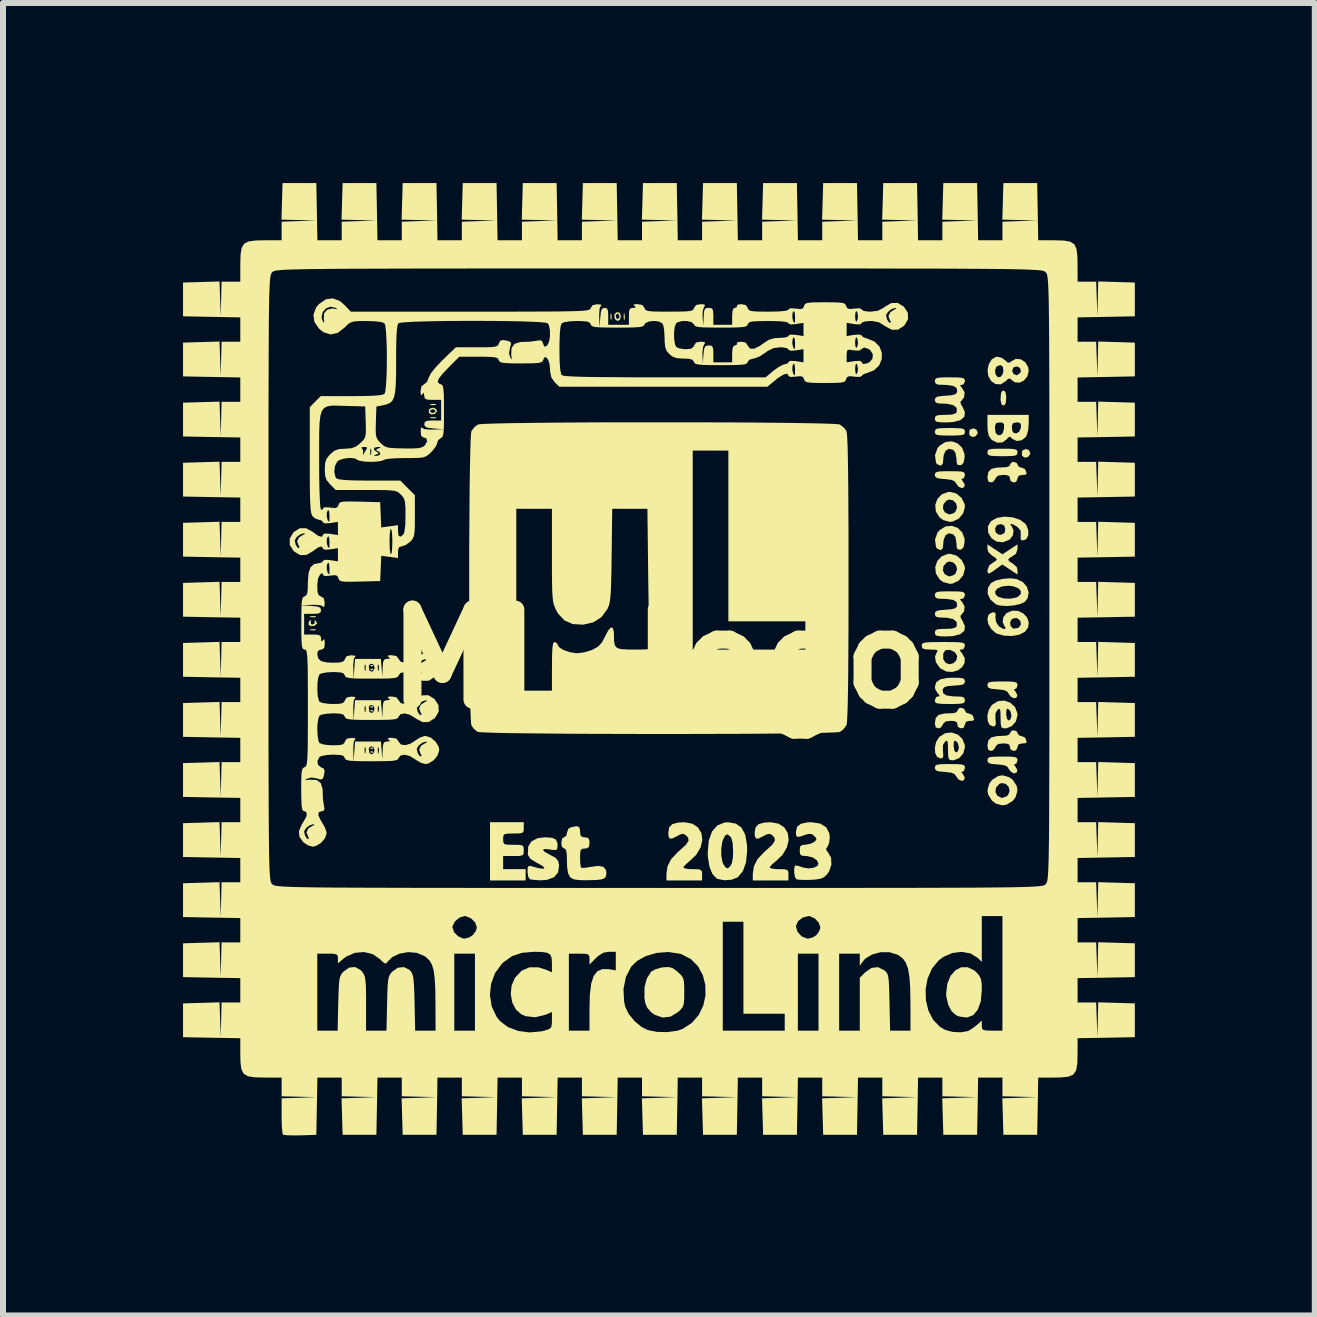
<source format=kicad_pcb>
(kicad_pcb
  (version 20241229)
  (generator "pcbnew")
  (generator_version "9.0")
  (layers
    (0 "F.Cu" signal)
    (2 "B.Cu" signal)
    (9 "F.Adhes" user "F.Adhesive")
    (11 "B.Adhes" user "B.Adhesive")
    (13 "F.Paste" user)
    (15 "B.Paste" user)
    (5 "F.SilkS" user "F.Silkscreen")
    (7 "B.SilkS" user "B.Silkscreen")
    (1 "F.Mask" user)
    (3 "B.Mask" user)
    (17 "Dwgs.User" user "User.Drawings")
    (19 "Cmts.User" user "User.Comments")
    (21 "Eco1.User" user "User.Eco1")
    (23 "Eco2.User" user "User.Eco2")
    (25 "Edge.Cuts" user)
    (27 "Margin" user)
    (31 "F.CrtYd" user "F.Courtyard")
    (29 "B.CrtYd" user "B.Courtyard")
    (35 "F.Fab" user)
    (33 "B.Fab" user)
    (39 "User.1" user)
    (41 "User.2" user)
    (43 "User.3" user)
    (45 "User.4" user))
  (footprint "ML_logo"
    (layer "F.Cu")
    (at 7.93 7.93)
    (property "Reference" "ML_logo" (at 0 0 0) (layer "F.SilkS") (effects (font (size 1.5 1.5) (thickness 0.3))))
    (attr board_only exclude_from_pos_files exclude_from_bom)
    (fp_poly (pts (xy -5.955 -0.895) (xy -5.959 -0.896) (xy -5.955 -0.896)) (stroke (width 0) (type solid)) (fill yes) (layer "F.SilkS"))
    (fp_poly (pts (xy -5.087 0.324) (xy -5.087 0.328) (xy -5.087 0.324)) (stroke (width 0) (type solid)) (fill yes) (layer "F.SilkS"))
    (fp_poly (pts (xy -5.087 1.012) (xy -5.087 1.017) (xy -5.087 1.012)) (stroke (width 0) (type solid)) (fill yes) (layer "F.SilkS"))
    (fp_poly (pts (xy -5.087 1.701) (xy -5.087 1.705) (xy -5.087 1.701)) (stroke (width 0) (type solid)) (fill yes) (layer "F.SilkS"))
    (fp_poly (pts (xy -4.765 0.104) (xy -4.769 0.123) (xy -4.786 0.125) (xy -4.812 0.114) (xy -4.807 0.104) (xy -4.77 0.101)) (stroke (width 0) (type solid)) (fill yes) (layer "F.SilkS"))
    (fp_poly (pts (xy -4.765 0.167) (xy -4.769 0.185) (xy -4.786 0.188) (xy -4.812 0.176) (xy -4.807 0.167) (xy -4.77 0.163)) (stroke (width 0) (type solid)) (fill yes) (layer "F.SilkS"))
    (fp_poly (pts (xy -4.765 0.792) (xy -4.769 0.811) (xy -4.786 0.813) (xy -4.812 0.802) (xy -4.807 0.792) (xy -4.77 0.789)) (stroke (width 0) (type solid)) (fill yes) (layer "F.SilkS"))
    (fp_poly (pts (xy -4.765 0.855) (xy -4.769 0.874) (xy -4.786 0.876) (xy -4.812 0.864) (xy -4.807 0.855) (xy -4.77 0.851)) (stroke (width 0) (type solid)) (fill yes) (layer "F.SilkS"))
    (fp_poly (pts (xy -4.765 1.481) (xy -4.769 1.499) (xy -4.786 1.501) (xy -4.812 1.49) (xy -4.807 1.481) (xy -4.77 1.477)) (stroke (width 0) (type solid)) (fill yes) (layer "F.SilkS"))
    (fp_poly (pts (xy -4.765 1.543) (xy -4.769 1.562) (xy -4.786 1.564) (xy -4.812 1.553) (xy -4.807 1.543) (xy -4.77 1.539)) (stroke (width 0) (type solid)) (fill yes) (layer "F.SilkS"))
    (fp_poly (pts (xy -5.716 -0.709) (xy -5.715 -0.698) (xy -5.764 -0.694) (xy -5.771 -0.694) (xy -5.82 -0.699) (xy -5.815 -0.708) (xy -5.81 -0.71) (xy -5.742 -0.714)) (stroke (width 0) (type solid)) (fill yes) (layer "F.SilkS"))
    (fp_poly (pts (xy -5.716 -0.49) (xy -5.715 -0.479) (xy -5.764 -0.475) (xy -5.771 -0.475) (xy -5.82 -0.48) (xy -5.815 -0.489) (xy -5.81 -0.491) (xy -5.742 -0.495)) (stroke (width 0) (type solid)) (fill yes) (layer "F.SilkS"))
    (fp_poly (pts (xy -3.714 -4.243) (xy -3.713 -4.233) (xy -3.762 -4.229) (xy -3.769 -4.229) (xy -3.818 -4.234) (xy -3.813 -4.243) (xy -3.808 -4.245) (xy -3.74 -4.249)) (stroke (width 0) (type solid)) (fill yes) (layer "F.SilkS"))
    (fp_poly (pts (xy -3.714 -4.024) (xy -3.713 -4.014) (xy -3.762 -4.01) (xy -3.769 -4.01) (xy -3.818 -4.015) (xy -3.813 -4.024) (xy -3.808 -4.026) (xy -3.74 -4.03)) (stroke (width 0) (type solid)) (fill yes) (layer "F.SilkS"))
    (fp_poly (pts (xy -0.793 -5.753) (xy -0.792 -5.747) (xy -0.787 -5.679) (xy -0.793 -5.653) (xy -0.803 -5.652) (xy -0.807 -5.701) (xy -0.807 -5.709) (xy -0.803 -5.757)) (stroke (width 0) (type solid)) (fill yes) (layer "F.SilkS"))
    (fp_poly (pts (xy -0.574 -5.753) (xy -0.573 -5.747) (xy -0.568 -5.679) (xy -0.574 -5.653) (xy -0.584 -5.652) (xy -0.588 -5.701) (xy -0.588 -5.709) (xy -0.584 -5.757)) (stroke (width 0) (type solid)) (fill yes) (layer "F.SilkS"))
    (fp_poly (pts (xy 5.291 -3.821) (xy 5.313 -3.772) (xy 5.312 -3.762) (xy 5.28 -3.712) (xy 5.227 -3.698) (xy 5.18 -3.723) (xy 5.173 -3.738) (xy 5.172 -3.799) (xy 5.186 -3.823) (xy 5.24 -3.843)) (stroke (width 0) (type solid)) (fill yes) (layer "F.SilkS"))
    (fp_poly (pts (xy 6.167 -3.477) (xy 6.189 -3.428) (xy 6.188 -3.418) (xy 6.155 -3.368) (xy 6.102 -3.353) (xy 6.056 -3.379) (xy 6.049 -3.394) (xy 6.048 -3.455) (xy 6.062 -3.478) (xy 6.115 -3.498)) (stroke (width 0) (type solid)) (fill yes) (layer "F.SilkS"))
    (fp_poly (pts (xy 5.773 -4.452) (xy 5.786 -4.384) (xy 5.787 -4.348) (xy 5.779 -4.261) (xy 5.754 -4.225) (xy 5.74 -4.223) (xy 5.707 -4.244) (xy 5.694 -4.312) (xy 5.693 -4.348) (xy 5.701 -4.435) (xy 5.727 -4.471) (xy 5.74 -4.473)) (stroke (width 0) (type solid)) (fill yes) (layer "F.SilkS"))
    (fp_poly (pts (xy -5.802 -0.623) (xy -5.799 -0.581) (xy -5.771 -0.573) (xy -5.736 -0.593) (xy -5.738 -0.617) (xy -5.737 -0.645) (xy -5.722 -0.64) (xy -5.699 -0.599) (xy -5.701 -0.586) (xy -5.739 -0.553) (xy -5.797 -0.546) (xy -5.837 -0.569) (xy -5.835 -0.614) (xy -5.82 -0.636) (xy -5.795 -0.654)) (stroke (width 0) (type solid)) (fill yes) (layer "F.SilkS"))
    (fp_poly (pts (xy -3.723 -4.172) (xy -3.697 -4.136) (xy -3.699 -4.121) (xy -3.738 -4.081) (xy -3.795 -4.074) (xy -3.833 -4.099) (xy -3.833 -4.129) (xy -3.816 -4.129) (xy -3.791 -4.101) (xy -3.769 -4.098) (xy -3.728 -4.115) (xy -3.722 -4.129) (xy -3.748 -4.157) (xy -3.769 -4.16) (xy -3.811 -4.143) (xy -3.816 -4.129) (xy -3.833 -4.129) (xy -3.834 -4.149) (xy -3.822 -4.167) (xy -3.774 -4.186)) (stroke (width 0) (type solid)) (fill yes) (layer "F.SilkS"))
    (fp_poly (pts (xy 4.973 -3.846) (xy 5.048 -3.84) (xy 5.085 -3.826) (xy 5.098 -3.801) (xy 5.099 -3.785) (xy 5.094 -3.754) (xy 5.069 -3.735) (xy 5.014 -3.726) (xy 4.915 -3.723) (xy 4.849 -3.722) (xy 4.724 -3.724) (xy 4.649 -3.73) (xy 4.612 -3.744) (xy 4.599 -3.768) (xy 4.598 -3.785) (xy 4.604 -3.816) (xy 4.628 -3.835) (xy 4.683 -3.844) (xy 4.783 -3.847) (xy 4.849 -3.848)) (stroke (width 0) (type solid)) (fill yes) (layer "F.SilkS"))
    (fp_poly (pts (xy 5.849 -3.502) (xy 5.924 -3.496) (xy 5.961 -3.482) (xy 5.974 -3.457) (xy 5.975 -3.441) (xy 5.969 -3.41) (xy 5.945 -3.391) (xy 5.89 -3.382) (xy 5.79 -3.379) (xy 5.724 -3.378) (xy 5.6 -3.38) (xy 5.525 -3.386) (xy 5.488 -3.4) (xy 5.475 -3.424) (xy 5.474 -3.441) (xy 5.479 -3.472) (xy 5.503 -3.491) (xy 5.559 -3.5) (xy 5.658 -3.503) (xy 5.724 -3.503)) (stroke (width 0) (type solid)) (fill yes) (layer "F.SilkS"))
    (fp_poly (pts (xy -0.666 -5.774) (xy -0.653 -5.764) (xy -0.633 -5.713) (xy -0.647 -5.658) (xy -0.686 -5.631) (xy -0.688 -5.631) (xy -0.727 -5.656) (xy -0.74 -5.68) (xy -0.741 -5.709) (xy -0.719 -5.709) (xy -0.703 -5.667) (xy -0.688 -5.662) (xy -0.66 -5.687) (xy -0.657 -5.709) (xy -0.674 -5.75) (xy -0.688 -5.756) (xy -0.716 -5.73) (xy -0.719 -5.709) (xy -0.741 -5.709) (xy -0.742 -5.737) (xy -0.71 -5.775)) (stroke (width 0) (type solid)) (fill yes) (layer "F.SilkS"))
    (fp_poly (pts (xy 5.252 5.189) (xy 5.289 5.221) (xy 5.339 5.278) (xy 5.366 5.335) (xy 5.378 5.413) (xy 5.38 5.52) (xy 5.363 5.705) (xy 5.313 5.845) (xy 5.235 5.937) (xy 5.131 5.976) (xy 5.006 5.959) (xy 4.952 5.937) (xy 4.877 5.87) (xy 4.82 5.761) (xy 4.789 5.627) (xy 4.786 5.57) (xy 4.806 5.41) (xy 4.86 5.28) (xy 4.94 5.188) (xy 5.037 5.138) (xy 5.144 5.137)) (stroke (width 0) (type solid)) (fill yes) (layer "F.SilkS"))
    (fp_poly (pts (xy 4.978 -3.591) (xy 5.053 -3.518) (xy 5.092 -3.413) (xy 5.093 -3.354) (xy 5.077 -3.271) (xy 5.042 -3.234) (xy 5.021 -3.229) (xy 4.979 -3.232) (xy 4.961 -3.27) (xy 4.958 -3.334) (xy 4.941 -3.437) (xy 4.903 -3.484) (xy 4.832 -3.502) (xy 4.775 -3.467) (xy 4.743 -3.387) (xy 4.739 -3.335) (xy 4.731 -3.255) (xy 4.703 -3.224) (xy 4.688 -3.222) (xy 4.633 -3.247) (xy 4.617 -3.271) (xy 4.6 -3.396) (xy 4.641 -3.51) (xy 4.675 -3.552) (xy 4.774 -3.615) (xy 4.88 -3.626)) (stroke (width 0) (type solid)) (fill yes) (layer "F.SilkS"))
    (fp_poly (pts (xy 4.978 -2.184) (xy 5.053 -2.11) (xy 5.092 -2.006) (xy 5.093 -1.947) (xy 5.077 -1.864) (xy 5.042 -1.826) (xy 5.021 -1.821) (xy 4.979 -1.825) (xy 4.961 -1.863) (xy 4.958 -1.927) (xy 4.941 -2.03) (xy 4.903 -2.076) (xy 4.832 -2.095) (xy 4.775 -2.06) (xy 4.743 -1.979) (xy 4.739 -1.928) (xy 4.731 -1.848) (xy 4.703 -1.816) (xy 4.688 -1.814) (xy 4.633 -1.84) (xy 4.617 -1.864) (xy 4.6 -1.988) (xy 4.641 -2.103) (xy 4.675 -2.144) (xy 4.774 -2.207) (xy 4.88 -2.218)) (stroke (width 0) (type solid)) (fill yes) (layer "F.SilkS"))
    (fp_poly (pts (xy 4.973 -3.127) (xy 5.048 -3.121) (xy 5.085 -3.107) (xy 5.098 -3.082) (xy 5.099 -3.066) (xy 5.083 -3.015) (xy 5.061 -3.003) (xy 5.039 -2.994) (xy 5.061 -2.965) (xy 5.096 -2.907) (xy 5.085 -2.861) (xy 5.044 -2.847) (xy 4.99 -2.872) (xy 4.958 -2.917) (xy 4.927 -2.96) (xy 4.873 -2.984) (xy 4.777 -2.996) (xy 4.762 -2.997) (xy 4.665 -3.006) (xy 4.615 -3.023) (xy 4.599 -3.054) (xy 4.598 -3.067) (xy 4.604 -3.098) (xy 4.629 -3.116) (xy 4.687 -3.125) (xy 4.789 -3.128) (xy 4.849 -3.128)) (stroke (width 0) (type solid)) (fill yes) (layer "F.SilkS"))
    (fp_poly (pts (xy 4.973 1.753) (xy 5.048 1.759) (xy 5.085 1.773) (xy 5.098 1.798) (xy 5.099 1.814) (xy 5.083 1.865) (xy 5.061 1.877) (xy 5.039 1.886) (xy 5.061 1.914) (xy 5.096 1.973) (xy 5.085 2.019) (xy 5.044 2.033) (xy 4.99 2.007) (xy 4.958 1.963) (xy 4.927 1.919) (xy 4.873 1.896) (xy 4.777 1.884) (xy 4.762 1.883) (xy 4.665 1.874) (xy 4.615 1.857) (xy 4.599 1.825) (xy 4.598 1.813) (xy 4.604 1.782) (xy 4.629 1.764) (xy 4.687 1.755) (xy 4.789 1.752) (xy 4.849 1.752)) (stroke (width 0) (type solid)) (fill yes) (layer "F.SilkS"))
    (fp_poly (pts (xy 5.849 0.377) (xy 5.924 0.383) (xy 5.961 0.397) (xy 5.974 0.421) (xy 5.975 0.438) (xy 5.959 0.489) (xy 5.937 0.5) (xy 5.915 0.51) (xy 5.937 0.538) (xy 5.972 0.597) (xy 5.961 0.642) (xy 5.919 0.657) (xy 5.866 0.631) (xy 5.833 0.587) (xy 5.803 0.543) (xy 5.749 0.519) (xy 5.653 0.508) (xy 5.638 0.507) (xy 5.541 0.498) (xy 5.491 0.48) (xy 5.475 0.449) (xy 5.474 0.436) (xy 5.48 0.406) (xy 5.505 0.388) (xy 5.562 0.379) (xy 5.664 0.376) (xy 5.724 0.375)) (stroke (width 0) (type solid)) (fill yes) (layer "F.SilkS"))
    (fp_poly (pts (xy 5.849 1.628) (xy 5.924 1.634) (xy 5.961 1.648) (xy 5.974 1.673) (xy 5.975 1.689) (xy 5.959 1.74) (xy 5.937 1.752) (xy 5.915 1.761) (xy 5.937 1.789) (xy 5.972 1.848) (xy 5.961 1.894) (xy 5.919 1.908) (xy 5.866 1.882) (xy 5.833 1.838) (xy 5.803 1.794) (xy 5.749 1.77) (xy 5.653 1.759) (xy 5.638 1.758) (xy 5.541 1.749) (xy 5.491 1.732) (xy 5.475 1.7) (xy 5.474 1.688) (xy 5.48 1.657) (xy 5.505 1.639) (xy 5.562 1.63) (xy 5.664 1.627) (xy 5.724 1.627)) (stroke (width 0) (type solid)) (fill yes) (layer "F.SilkS"))
    (fp_poly (pts (xy 0.237 5.156) (xy 0.313 5.215) (xy 0.316 5.218) (xy 0.37 5.269) (xy 0.402 5.316) (xy 0.417 5.376) (xy 0.422 5.469) (xy 0.422 5.552) (xy 0.421 5.675) (xy 0.413 5.754) (xy 0.392 5.807) (xy 0.353 5.853) (xy 0.32 5.883) (xy 0.195 5.96) (xy 0.063 5.976) (xy -0.066 5.933) (xy -0.129 5.887) (xy -0.194 5.815) (xy -0.228 5.732) (xy -0.242 5.64) (xy -0.24 5.471) (xy -0.202 5.325) (xy -0.134 5.217) (xy -0.125 5.208) (xy -0.057 5.171) (xy 0.041 5.143) (xy 0.072 5.138) (xy 0.168 5.134)) (stroke (width 0) (type solid)) (fill yes) (layer "F.SilkS"))
    (fp_poly (pts (xy 4.957 -2.756) (xy 5.044 -2.682) (xy 5.094 -2.58) (xy 5.099 -2.534) (xy 5.07 -2.426) (xy 4.997 -2.338) (xy 4.895 -2.289) (xy 4.849 -2.283) (xy 4.739 -2.313) (xy 4.675 -2.36) (xy 4.614 -2.458) (xy 4.61 -2.506) (xy 4.732 -2.506) (xy 4.764 -2.443) (xy 4.831 -2.41) (xy 4.849 -2.409) (xy 4.915 -2.431) (xy 4.941 -2.454) (xy 4.968 -2.524) (xy 4.951 -2.592) (xy 4.903 -2.642) (xy 4.838 -2.656) (xy 4.794 -2.64) (xy 4.741 -2.578) (xy 4.732 -2.506) (xy 4.61 -2.506) (xy 4.604 -2.565) (xy 4.639 -2.665) (xy 4.711 -2.742) (xy 4.816 -2.782) (xy 4.849 -2.784)) (stroke (width 0) (type solid)) (fill yes) (layer "F.SilkS"))
    (fp_poly (pts (xy 4.957 -1.723) (xy 5.044 -1.65) (xy 5.094 -1.548) (xy 5.099 -1.501) (xy 5.07 -1.393) (xy 4.997 -1.306) (xy 4.895 -1.256) (xy 4.849 -1.251) (xy 4.739 -1.28) (xy 4.675 -1.328) (xy 4.614 -1.426) (xy 4.61 -1.473) (xy 4.732 -1.473) (xy 4.764 -1.41) (xy 4.831 -1.377) (xy 4.849 -1.376) (xy 4.915 -1.399) (xy 4.941 -1.422) (xy 4.968 -1.492) (xy 4.951 -1.56) (xy 4.903 -1.609) (xy 4.838 -1.624) (xy 4.794 -1.607) (xy 4.741 -1.546) (xy 4.732 -1.473) (xy 4.61 -1.473) (xy 4.604 -1.533) (xy 4.639 -1.633) (xy 4.711 -1.71) (xy 4.816 -1.75) (xy 4.849 -1.752)) (stroke (width 0) (type solid)) (fill yes) (layer "F.SilkS"))
    (fp_poly (pts (xy 5.834 1.969) (xy 5.898 2.016) (xy 5.962 2.117) (xy 5.975 2.19) (xy 5.945 2.299) (xy 5.898 2.363) (xy 5.797 2.427) (xy 5.724 2.44) (xy 5.615 2.411) (xy 5.551 2.363) (xy 5.487 2.262) (xy 5.479 2.218) (xy 5.608 2.218) (xy 5.64 2.281) (xy 5.707 2.314) (xy 5.724 2.315) (xy 5.79 2.292) (xy 5.817 2.269) (xy 5.844 2.2) (xy 5.827 2.131) (xy 5.779 2.082) (xy 5.713 2.068) (xy 5.67 2.084) (xy 5.616 2.145) (xy 5.608 2.218) (xy 5.479 2.218) (xy 5.474 2.19) (xy 5.503 2.08) (xy 5.551 2.016) (xy 5.652 1.952) (xy 5.724 1.939)) (stroke (width 0) (type solid)) (fill yes) (layer "F.SilkS"))
    (fp_poly (pts (xy 5.975 -1.83) (xy 5.949 -1.752) (xy 5.896 -1.715) (xy 5.839 -1.68) (xy 5.818 -1.652) (xy 5.843 -1.621) (xy 5.896 -1.59) (xy 5.962 -1.533) (xy 5.975 -1.48) (xy 5.975 -1.407) (xy 5.848 -1.49) (xy 5.722 -1.574) (xy 5.637 -1.512) (xy 5.55 -1.45) (xy 5.501 -1.424) (xy 5.479 -1.432) (xy 5.474 -1.47) (xy 5.474 -1.479) (xy 5.503 -1.557) (xy 5.552 -1.595) (xy 5.609 -1.632) (xy 5.631 -1.658) (xy 5.606 -1.686) (xy 5.552 -1.72) (xy 5.488 -1.782) (xy 5.474 -1.836) (xy 5.474 -1.909) (xy 5.599 -1.826) (xy 5.724 -1.743) (xy 5.85 -1.826) (xy 5.975 -1.909)) (stroke (width 0) (type solid)) (fill yes) (layer "F.SilkS"))
    (fp_poly (pts (xy 5.087 0.833) (xy 5.099 0.86) (xy 5.125 0.899) (xy 5.158 0.907) (xy 5.217 0.93) (xy 5.236 0.957) (xy 5.252 1.011) (xy 5.232 1.03) (xy 5.177 1.032) (xy 5.116 1.047) (xy 5.099 1.095) (xy 5.077 1.147) (xy 5.036 1.157) (xy 4.984 1.135) (xy 4.974 1.095) (xy 4.962 1.052) (xy 4.915 1.035) (xy 4.861 1.032) (xy 4.779 1.042) (xy 4.739 1.075) (xy 4.732 1.095) (xy 4.694 1.146) (xy 4.657 1.157) (xy 4.612 1.139) (xy 4.598 1.077) (xy 4.598 1.07) (xy 4.613 0.982) (xy 4.664 0.931) (xy 4.761 0.909) (xy 4.823 0.907) (xy 4.92 0.902) (xy 4.965 0.883) (xy 4.974 0.86) (xy 5 0.822) (xy 5.036 0.813)) (stroke (width 0) (type solid)) (fill yes) (layer "F.SilkS"))
    (fp_poly (pts (xy 5.958 -1.332) (xy 6.063 -1.282) (xy 6.132 -1.201) (xy 6.161 -1.106) (xy 6.143 -1.011) (xy 6.099 -0.953) (xy 6.024 -0.916) (xy 5.913 -0.891) (xy 5.789 -0.882) (xy 5.678 -0.89) (xy 5.615 -0.91) (xy 5.523 -0.989) (xy 5.478 -1.085) (xy 5.479 -1.121) (xy 5.601 -1.121) (xy 5.614 -1.068) (xy 5.654 -1.035) (xy 5.743 -1.008) (xy 5.856 -1.004) (xy 5.957 -1.024) (xy 5.977 -1.033) (xy 6.03 -1.082) (xy 6.03 -1.135) (xy 5.984 -1.181) (xy 5.9 -1.212) (xy 5.818 -1.22) (xy 5.711 -1.206) (xy 5.636 -1.17) (xy 5.601 -1.121) (xy 5.479 -1.121) (xy 5.482 -1.183) (xy 5.535 -1.266) (xy 5.614 -1.307) (xy 5.728 -1.334) (xy 5.853 -1.344)) (stroke (width 0) (type solid)) (fill yes) (layer "F.SilkS"))
    (fp_poly (pts (xy 5.963 -3.265) (xy 5.975 -3.238) (xy 6 -3.199) (xy 6.034 -3.191) (xy 6.093 -3.168) (xy 6.112 -3.141) (xy 6.128 -3.087) (xy 6.107 -3.068) (xy 6.053 -3.066) (xy 5.992 -3.051) (xy 5.975 -3.003) (xy 5.953 -2.951) (xy 5.912 -2.94) (xy 5.86 -2.963) (xy 5.85 -3.003) (xy 5.838 -3.046) (xy 5.791 -3.063) (xy 5.737 -3.066) (xy 5.655 -3.056) (xy 5.615 -3.022) (xy 5.608 -3.003) (xy 5.57 -2.952) (xy 5.533 -2.94) (xy 5.488 -2.958) (xy 5.474 -3.021) (xy 5.474 -3.028) (xy 5.489 -3.115) (xy 5.54 -3.167) (xy 5.637 -3.189) (xy 5.699 -3.191) (xy 5.796 -3.196) (xy 5.841 -3.215) (xy 5.85 -3.238) (xy 5.876 -3.276) (xy 5.912 -3.284)) (stroke (width 0) (type solid)) (fill yes) (layer "F.SilkS"))
    (fp_poly (pts (xy 5.963 1.208) (xy 5.975 1.236) (xy 6 1.274) (xy 6.034 1.283) (xy 6.093 1.306) (xy 6.112 1.332) (xy 6.128 1.386) (xy 6.107 1.405) (xy 6.053 1.408) (xy 5.992 1.422) (xy 5.975 1.47) (xy 5.953 1.522) (xy 5.912 1.533) (xy 5.86 1.511) (xy 5.85 1.47) (xy 5.838 1.428) (xy 5.791 1.41) (xy 5.737 1.408) (xy 5.655 1.417) (xy 5.615 1.451) (xy 5.608 1.47) (xy 5.57 1.521) (xy 5.533 1.533) (xy 5.488 1.515) (xy 5.474 1.452) (xy 5.474 1.445) (xy 5.489 1.358) (xy 5.54 1.307) (xy 5.637 1.285) (xy 5.699 1.283) (xy 5.796 1.277) (xy 5.841 1.258) (xy 5.85 1.236) (xy 5.876 1.197) (xy 5.912 1.189)) (stroke (width 0) (type solid)) (fill yes) (layer "F.SilkS"))
    (fp_poly (pts (xy -2.252 2.815) (xy -2.255 2.869) (xy -2.274 2.897) (xy -2.324 2.907) (xy -2.422 2.909) (xy -2.424 2.909) (xy -2.523 2.911) (xy -2.574 2.921) (xy -2.593 2.948) (xy -2.596 3.002) (xy -2.596 3.003) (xy -2.593 3.057) (xy -2.574 3.085) (xy -2.524 3.095) (xy -2.427 3.097) (xy -2.424 3.097) (xy -2.326 3.098) (xy -2.275 3.109) (xy -2.255 3.136) (xy -2.252 3.189) (xy -2.252 3.191) (xy -2.255 3.244) (xy -2.274 3.272) (xy -2.324 3.283) (xy -2.422 3.284) (xy -2.424 3.284) (xy -2.596 3.284) (xy -2.596 3.394) (xy -2.596 3.503) (xy -2.409 3.503) (xy -2.221 3.503) (xy -2.221 3.597) (xy -2.221 3.691) (xy -2.518 3.691) (xy -2.815 3.691) (xy -2.815 3.206) (xy -2.815 2.721) (xy -2.534 2.721) (xy -2.252 2.721)) (stroke (width 0) (type solid)) (fill yes) (layer "F.SilkS"))
    (fp_poly (pts (xy 0.556 2.745) (xy 0.652 2.809) (xy 0.708 2.903) (xy 0.723 3.016) (xy 0.695 3.14) (xy 0.622 3.263) (xy 0.516 3.365) (xy 0.449 3.421) (xy 0.411 3.465) (xy 0.407 3.476) (xy 0.435 3.492) (xy 0.507 3.502) (xy 0.563 3.503) (xy 0.656 3.505) (xy 0.702 3.518) (xy 0.718 3.551) (xy 0.719 3.597) (xy 0.719 3.691) (xy 0.422 3.691) (xy 0.125 3.691) (xy 0.125 3.58) (xy 0.144 3.452) (xy 0.204 3.336) (xy 0.315 3.218) (xy 0.357 3.181) (xy 0.45 3.096) (xy 0.493 3.032) (xy 0.488 2.98) (xy 0.45 2.938) (xy 0.406 2.914) (xy 0.353 2.925) (xy 0.307 2.95) (xy 0.222 2.992) (xy 0.177 2.993) (xy 0.159 2.949) (xy 0.156 2.895) (xy 0.171 2.807) (xy 0.222 2.753) (xy 0.318 2.727) (xy 0.422 2.721)) (stroke (width 0) (type solid)) (fill yes) (layer "F.SilkS"))
    (fp_poly (pts (xy 1.995 2.745) (xy 2.091 2.809) (xy 2.147 2.903) (xy 2.162 3.016) (xy 2.133 3.14) (xy 2.061 3.263) (xy 1.955 3.365) (xy 1.888 3.421) (xy 1.85 3.465) (xy 1.846 3.476) (xy 1.874 3.492) (xy 1.946 3.502) (xy 2.002 3.503) (xy 2.095 3.505) (xy 2.141 3.518) (xy 2.157 3.551) (xy 2.158 3.597) (xy 2.158 3.691) (xy 1.861 3.691) (xy 1.564 3.691) (xy 1.564 3.58) (xy 1.583 3.452) (xy 1.643 3.336) (xy 1.754 3.218) (xy 1.796 3.181) (xy 1.889 3.096) (xy 1.931 3.032) (xy 1.927 2.98) (xy 1.889 2.938) (xy 1.845 2.914) (xy 1.792 2.925) (xy 1.746 2.95) (xy 1.661 2.992) (xy 1.616 2.993) (xy 1.598 2.949) (xy 1.595 2.895) (xy 1.61 2.807) (xy 1.661 2.753) (xy 1.757 2.727) (xy 1.861 2.721)) (stroke (width 0) (type solid)) (fill yes) (layer "F.SilkS"))
    (fp_poly (pts (xy 5.007 0.315) (xy 5.068 0.324) (xy 5.094 0.344) (xy 5.099 0.374) (xy 5.09 0.409) (xy 5.055 0.43) (xy 4.978 0.44) (xy 4.919 0.444) (xy 4.814 0.453) (xy 4.756 0.471) (xy 4.731 0.501) (xy 4.728 0.512) (xy 4.736 0.572) (xy 4.791 0.608) (xy 4.898 0.624) (xy 4.95 0.625) (xy 5.041 0.629) (xy 5.085 0.645) (xy 5.098 0.679) (xy 5.099 0.688) (xy 5.094 0.719) (xy 5.069 0.738) (xy 5.014 0.747) (xy 4.915 0.751) (xy 4.849 0.751) (xy 4.724 0.749) (xy 4.649 0.743) (xy 4.612 0.73) (xy 4.599 0.705) (xy 4.598 0.688) (xy 4.619 0.636) (xy 4.647 0.626) (xy 4.68 0.621) (xy 4.666 0.596) (xy 4.647 0.576) (xy 4.607 0.511) (xy 4.598 0.469) (xy 4.619 0.391) (xy 4.685 0.341) (xy 4.802 0.317) (xy 4.898 0.313)) (stroke (width 0) (type solid)) (fill yes) (layer "F.SilkS"))
    (fp_poly (pts (xy 1.282 2.744) (xy 1.377 2.812) (xy 1.438 2.928) (xy 1.467 3.096) (xy 1.47 3.191) (xy 1.452 3.385) (xy 1.4 3.535) (xy 1.316 3.636) (xy 1.31 3.64) (xy 1.213 3.679) (xy 1.092 3.688) (xy 0.983 3.667) (xy 0.959 3.656) (xy 0.891 3.583) (xy 0.842 3.462) (xy 0.816 3.304) (xy 0.815 3.276) (xy 1.039 3.276) (xy 1.058 3.384) (xy 1.078 3.428) (xy 1.119 3.482) (xy 1.149 3.488) (xy 1.184 3.459) (xy 1.216 3.402) (xy 1.233 3.305) (xy 1.236 3.206) (xy 1.229 3.07) (xy 1.207 2.986) (xy 1.186 2.956) (xy 1.144 2.923) (xy 1.111 2.938) (xy 1.095 2.956) (xy 1.058 3.037) (xy 1.039 3.152) (xy 1.039 3.276) (xy 0.815 3.276) (xy 0.813 3.222) (xy 0.831 3.025) (xy 0.885 2.875) (xy 0.973 2.775) (xy 1.093 2.726) (xy 1.151 2.721)) (stroke (width 0) (type solid)) (fill yes) (layer "F.SilkS"))
    (fp_poly (pts (xy 4.979 1.26) (xy 5.057 1.332) (xy 5.097 1.436) (xy 5.099 1.469) (xy 5.073 1.572) (xy 5.005 1.651) (xy 4.913 1.688) (xy 4.895 1.689) (xy 4.851 1.685) (xy 4.828 1.662) (xy 4.819 1.605) (xy 4.817 1.513) (xy 4.816 1.453) (xy 4.911 1.453) (xy 4.923 1.529) (xy 4.952 1.559) (xy 4.982 1.537) (xy 4.999 1.481) (xy 4.984 1.41) (xy 4.96 1.378) (xy 4.928 1.359) (xy 4.914 1.382) (xy 4.911 1.453) (xy 4.816 1.453) (xy 4.815 1.415) (xy 4.807 1.369) (xy 4.789 1.364) (xy 4.767 1.379) (xy 4.733 1.435) (xy 4.731 1.528) (xy 4.733 1.539) (xy 4.739 1.618) (xy 4.724 1.652) (xy 4.692 1.658) (xy 4.635 1.632) (xy 4.603 1.566) (xy 4.598 1.478) (xy 4.619 1.384) (xy 4.669 1.303) (xy 4.675 1.297) (xy 4.773 1.236) (xy 4.879 1.226)) (stroke (width 0) (type solid)) (fill yes) (layer "F.SilkS"))
    (fp_poly (pts (xy 5.855 0.729) (xy 5.933 0.801) (xy 5.973 0.904) (xy 5.975 0.937) (xy 5.949 1.04) (xy 5.881 1.119) (xy 5.789 1.156) (xy 5.771 1.157) (xy 5.727 1.153) (xy 5.704 1.13) (xy 5.695 1.073) (xy 5.693 0.982) (xy 5.692 0.922) (xy 5.787 0.922) (xy 5.799 0.998) (xy 5.827 1.027) (xy 5.858 1.005) (xy 5.874 0.949) (xy 5.86 0.878) (xy 5.835 0.846) (xy 5.804 0.827) (xy 5.79 0.85) (xy 5.787 0.922) (xy 5.692 0.922) (xy 5.691 0.884) (xy 5.683 0.837) (xy 5.665 0.832) (xy 5.643 0.847) (xy 5.609 0.903) (xy 5.607 0.996) (xy 5.609 1.008) (xy 5.614 1.086) (xy 5.599 1.12) (xy 5.568 1.126) (xy 5.511 1.1) (xy 5.479 1.034) (xy 5.473 0.946) (xy 5.495 0.852) (xy 5.545 0.771) (xy 5.551 0.765) (xy 5.649 0.704) (xy 5.755 0.694)) (stroke (width 0) (type solid)) (fill yes) (layer "F.SilkS"))
    (fp_poly (pts (xy 5.897 -2.359) (xy 6.019 -2.318) (xy 6.108 -2.25) (xy 6.119 -2.236) (xy 6.154 -2.148) (xy 6.155 -2.063) (xy 6.124 -1.999) (xy 6.081 -1.977) (xy 6.037 -1.979) (xy 6.025 -2.016) (xy 6.03 -2.059) (xy 6.025 -2.141) (xy 5.973 -2.2) (xy 5.971 -2.201) (xy 5.907 -2.239) (xy 5.865 -2.251) (xy 5.856 -2.238) (xy 5.875 -2.215) (xy 5.91 -2.141) (xy 5.897 -2.057) (xy 5.843 -1.988) (xy 5.733 -1.944) (xy 5.624 -1.956) (xy 5.542 -2.012) (xy 5.486 -2.107) (xy 5.483 -2.176) (xy 5.602 -2.176) (xy 5.611 -2.109) (xy 5.655 -2.073) (xy 5.701 -2.07) (xy 5.757 -2.097) (xy 5.771 -2.158) (xy 5.754 -2.223) (xy 5.701 -2.247) (xy 5.634 -2.232) (xy 5.602 -2.176) (xy 5.483 -2.176) (xy 5.481 -2.207) (xy 5.53 -2.293) (xy 5.534 -2.297) (xy 5.634 -2.351) (xy 5.762 -2.371)) (stroke (width 0) (type solid)) (fill yes) (layer "F.SilkS"))
    (fp_poly (pts (xy -1.78 2.98) (xy -1.717 3.01) (xy -1.691 3.068) (xy -1.689 3.103) (xy -1.693 3.162) (xy -1.715 3.184) (xy -1.774 3.182) (xy -1.814 3.175) (xy -1.902 3.167) (xy -1.933 3.18) (xy -1.907 3.212) (xy -1.823 3.26) (xy -1.805 3.269) (xy -1.722 3.315) (xy -1.681 3.362) (xy -1.665 3.433) (xy -1.664 3.445) (xy -1.68 3.557) (xy -1.748 3.637) (xy -1.863 3.681) (xy -1.967 3.689) (xy -2.063 3.684) (xy -2.134 3.675) (xy -2.151 3.67) (xy -2.177 3.632) (xy -2.189 3.557) (xy -2.19 3.544) (xy -2.186 3.472) (xy -2.165 3.447) (xy -2.119 3.455) (xy -1.998 3.488) (xy -1.926 3.496) (xy -1.907 3.482) (xy -1.942 3.448) (xy -2.035 3.397) (xy -2.042 3.394) (xy -2.14 3.333) (xy -2.183 3.267) (xy -2.184 3.258) (xy -2.179 3.13) (xy -2.124 3.039) (xy -2.019 2.986) (xy -1.894 2.972)) (stroke (width 0) (type solid)) (fill yes) (layer "F.SilkS"))
    (fp_poly (pts (xy 5.988 -0.799) (xy 6.072 -0.758) (xy 6.134 -0.692) (xy 6.163 -0.61) (xy 6.151 -0.523) (xy 6.099 -0.453) (xy 6.007 -0.404) (xy 5.882 -0.382) (xy 5.748 -0.388) (xy 5.632 -0.422) (xy 5.608 -0.435) (xy 5.532 -0.505) (xy 5.486 -0.589) (xy 5.473 -0.672) (xy 5.494 -0.74) (xy 5.552 -0.775) (xy 5.556 -0.776) (xy 5.603 -0.773) (xy 5.612 -0.735) (xy 5.607 -0.704) (xy 5.616 -0.62) (xy 5.662 -0.546) (xy 5.729 -0.503) (xy 5.751 -0.5) (xy 5.782 -0.509) (xy 5.762 -0.538) (xy 5.727 -0.612) (xy 5.727 -0.612) (xy 5.852 -0.612) (xy 5.861 -0.547) (xy 5.904 -0.505) (xy 5.973 -0.513) (xy 6.001 -0.528) (xy 6.033 -0.577) (xy 6.021 -0.635) (xy 5.973 -0.677) (xy 5.951 -0.683) (xy 5.884 -0.668) (xy 5.852 -0.612) (xy 5.727 -0.612) (xy 5.739 -0.696) (xy 5.794 -0.765) (xy 5.892 -0.805)) (stroke (width 0) (type solid)) (fill yes) (layer "F.SilkS"))
    (fp_poly (pts (xy 6.162 -3.917) (xy 6.152 -3.807) (xy 6.125 -3.717) (xy 6.114 -3.698) (xy 6.044 -3.643) (xy 5.961 -3.632) (xy 5.887 -3.668) (xy 5.88 -3.676) (xy 5.846 -3.705) (xy 5.815 -3.685) (xy 5.796 -3.661) (xy 5.726 -3.608) (xy 5.637 -3.604) (xy 5.549 -3.648) (xy 5.537 -3.66) (xy 5.496 -3.72) (xy 5.477 -3.808) (xy 5.476 -3.853) (xy 5.599 -3.853) (xy 5.611 -3.765) (xy 5.649 -3.729) (xy 5.692 -3.729) (xy 5.731 -3.766) (xy 5.75 -3.84) (xy 5.75 -3.868) (xy 5.881 -3.868) (xy 5.889 -3.802) (xy 5.903 -3.773) (xy 5.954 -3.756) (xy 6.003 -3.786) (xy 6.031 -3.852) (xy 6.031 -3.856) (xy 6.03 -3.918) (xy 5.995 -3.94) (xy 5.961 -3.941) (xy 5.9 -3.929) (xy 5.881 -3.881) (xy 5.881 -3.868) (xy 5.75 -3.868) (xy 5.751 -3.91) (xy 5.726 -3.937) (xy 5.679 -3.941) (xy 5.621 -3.931) (xy 5.601 -3.887) (xy 5.599 -3.853) (xy 5.476 -3.853) (xy 5.474 -3.894) (xy 5.474 -4.067) (xy 5.818 -4.067) (xy 6.162 -4.067)) (stroke (width 0) (type solid)) (fill yes) (layer "F.SilkS"))
    (fp_poly (pts (xy 4.894 -0.281) (xy 4.996 -0.278) (xy 5.057 -0.27) (xy 5.088 -0.256) (xy 5.098 -0.234) (xy 5.099 -0.219) (xy 5.077 -0.167) (xy 5.047 -0.156) (xy 5.013 -0.152) (xy 5.022 -0.128) (xy 5.047 -0.099) (xy 5.096 -0.013) (xy 5.093 0.069) (xy 5.05 0.14) (xy 4.978 0.192) (xy 4.888 0.217) (xy 4.79 0.21) (xy 4.697 0.162) (xy 4.675 0.142) (xy 4.615 0.053) (xy 4.6 -0.04) (xy 4.617 -0.08) (xy 4.737 -0.08) (xy 4.738 0.006) (xy 4.779 0.066) (xy 4.842 0.089) (xy 4.911 0.07) (xy 4.955 0.023) (xy 4.97 -0.048) (xy 4.933 -0.111) (xy 4.856 -0.148) (xy 4.839 -0.151) (xy 4.774 -0.145) (xy 4.741 -0.097) (xy 4.737 -0.08) (xy 4.617 -0.08) (xy 4.633 -0.116) (xy 4.636 -0.119) (xy 4.646 -0.142) (xy 4.61 -0.153) (xy 4.526 -0.156) (xy 4.436 -0.16) (xy 4.392 -0.176) (xy 4.38 -0.21) (xy 4.379 -0.219) (xy 4.383 -0.246) (xy 4.402 -0.264) (xy 4.445 -0.274) (xy 4.525 -0.28) (xy 4.651 -0.281) (xy 4.739 -0.282)) (stroke (width 0) (type solid)) (fill yes) (layer "F.SilkS"))
    (fp_poly (pts (xy -1.329 2.801) (xy -1.314 2.854) (xy -1.314 2.878) (xy -1.305 2.945) (xy -1.27 2.969) (xy -1.236 2.972) (xy -1.18 2.982) (xy -1.159 3.025) (xy -1.157 3.066) (xy -1.166 3.133) (xy -1.202 3.157) (xy -1.236 3.159) (xy -1.283 3.165) (xy -1.306 3.191) (xy -1.313 3.256) (xy -1.314 3.311) (xy -1.311 3.402) (xy -1.302 3.465) (xy -1.297 3.479) (xy -1.258 3.483) (xy -1.182 3.474) (xy -1.149 3.467) (xy -1.013 3.448) (xy -0.925 3.465) (xy -0.882 3.519) (xy -0.876 3.564) (xy -0.881 3.618) (xy -0.904 3.653) (xy -0.956 3.674) (xy -1.047 3.684) (xy -1.189 3.687) (xy -1.208 3.688) (xy -1.335 3.685) (xy -1.416 3.673) (xy -1.466 3.648) (xy -1.482 3.633) (xy -1.514 3.571) (xy -1.53 3.468) (xy -1.533 3.368) (xy -1.536 3.252) (xy -1.546 3.187) (xy -1.568 3.161) (xy -1.58 3.159) (xy -1.617 3.131) (xy -1.627 3.066) (xy -1.613 2.991) (xy -1.58 2.972) (xy -1.542 2.945) (xy -1.533 2.897) (xy -1.509 2.829) (xy -1.462 2.804) (xy -1.374 2.787)) (stroke (width 0) (type solid)) (fill yes) (layer "F.SilkS"))
    (fp_poly (pts (xy 5.719 -5.014) (xy 5.77 -4.975) (xy 5.816 -4.935) (xy 5.851 -4.942) (xy 5.871 -4.959) (xy 5.949 -5.001) (xy 6.032 -4.992) (xy 6.106 -4.943) (xy 6.153 -4.862) (xy 6.162 -4.802) (xy 6.14 -4.709) (xy 6.083 -4.64) (xy 6.008 -4.603) (xy 5.931 -4.609) (xy 5.88 -4.646) (xy 5.846 -4.675) (xy 5.81 -4.66) (xy 5.781 -4.631) (xy 5.696 -4.575) (xy 5.607 -4.581) (xy 5.537 -4.63) (xy 5.488 -4.713) (xy 5.476 -4.806) (xy 5.6 -4.806) (xy 5.612 -4.735) (xy 5.648 -4.694) (xy 5.693 -4.701) (xy 5.729 -4.746) (xy 5.74 -4.802) (xy 5.886 -4.802) (xy 5.907 -4.75) (xy 5.956 -4.728) (xy 5.966 -4.729) (xy 6.019 -4.765) (xy 6.031 -4.794) (xy 6.017 -4.847) (xy 5.969 -4.874) (xy 5.914 -4.862) (xy 5.906 -4.855) (xy 5.886 -4.802) (xy 5.74 -4.802) (xy 5.74 -4.802) (xy 5.73 -4.871) (xy 5.693 -4.895) (xy 5.678 -4.895) (xy 5.623 -4.87) (xy 5.6 -4.806) (xy 5.476 -4.806) (xy 5.476 -4.813) (xy 5.496 -4.911) (xy 5.544 -4.991) (xy 5.616 -5.033) (xy 5.643 -5.036)) (stroke (width 0) (type solid)) (fill yes) (layer "F.SilkS"))
    (fp_poly (pts (xy 2.688 2.743) (xy 2.787 2.805) (xy 2.839 2.905) (xy 2.847 2.973) (xy 2.837 3.061) (xy 2.812 3.125) (xy 2.805 3.133) (xy 2.783 3.17) (xy 2.807 3.213) (xy 2.821 3.228) (xy 2.869 3.316) (xy 2.874 3.427) (xy 2.837 3.538) (xy 2.804 3.586) (xy 2.754 3.635) (xy 2.696 3.662) (xy 2.609 3.676) (xy 2.53 3.681) (xy 2.42 3.683) (xy 2.332 3.679) (xy 2.291 3.672) (xy 2.268 3.636) (xy 2.255 3.57) (xy 2.253 3.5) (xy 2.265 3.45) (xy 2.279 3.441) (xy 2.324 3.45) (xy 2.399 3.474) (xy 2.406 3.476) (xy 2.495 3.491) (xy 2.58 3.479) (xy 2.641 3.448) (xy 2.659 3.413) (xy 2.631 3.354) (xy 2.561 3.307) (xy 2.468 3.285) (xy 2.453 3.284) (xy 2.381 3.279) (xy 2.351 3.251) (xy 2.346 3.191) (xy 2.354 3.124) (xy 2.39 3.099) (xy 2.434 3.097) (xy 2.523 3.081) (xy 2.583 3.052) (xy 2.624 3.014) (xy 2.616 2.981) (xy 2.589 2.952) (xy 2.542 2.917) (xy 2.488 2.916) (xy 2.43 2.934) (xy 2.343 2.963) (xy 2.3 2.964) (xy 2.285 2.931) (xy 2.283 2.879) (xy 2.302 2.797) (xy 2.364 2.747) (xy 2.474 2.724) (xy 2.543 2.721)) (stroke (width 0) (type solid)) (fill yes) (layer "F.SilkS"))
    (fp_poly (pts (xy 4.973 -4.691) (xy 5.048 -4.685) (xy 5.085 -4.671) (xy 5.098 -4.646) (xy 5.099 -4.63) (xy 5.078 -4.578) (xy 5.05 -4.567) (xy 5.017 -4.562) (xy 5.031 -4.537) (xy 5.05 -4.518) (xy 5.094 -4.44) (xy 5.085 -4.36) (xy 5.052 -4.317) (xy 5.023 -4.282) (xy 5.034 -4.24) (xy 5.052 -4.213) (xy 5.099 -4.113) (xy 5.089 -4.034) (xy 5.022 -3.978) (xy 4.902 -3.947) (xy 4.799 -3.941) (xy 4.69 -3.943) (xy 4.629 -3.952) (xy 4.603 -3.972) (xy 4.598 -4.004) (xy 4.606 -4.04) (xy 4.638 -4.059) (xy 4.709 -4.066) (xy 4.771 -4.067) (xy 4.883 -4.072) (xy 4.945 -4.092) (xy 4.962 -4.114) (xy 4.962 -4.181) (xy 4.907 -4.228) (xy 4.803 -4.252) (xy 4.751 -4.254) (xy 4.658 -4.258) (xy 4.613 -4.273) (xy 4.599 -4.305) (xy 4.598 -4.315) (xy 4.607 -4.351) (xy 4.642 -4.371) (xy 4.719 -4.382) (xy 4.778 -4.386) (xy 4.883 -4.395) (xy 4.941 -4.412) (xy 4.966 -4.442) (xy 4.969 -4.454) (xy 4.961 -4.513) (xy 4.906 -4.549) (xy 4.799 -4.565) (xy 4.747 -4.567) (xy 4.656 -4.57) (xy 4.612 -4.586) (xy 4.599 -4.62) (xy 4.598 -4.63) (xy 4.604 -4.661) (xy 4.628 -4.679) (xy 4.683 -4.689) (xy 4.783 -4.692) (xy 4.849 -4.692)) (stroke (width 0) (type solid)) (fill yes) (layer "F.SilkS"))
    (fp_poly (pts (xy 4.973 -1.125) (xy 5.048 -1.119) (xy 5.085 -1.105) (xy 5.098 -1.08) (xy 5.099 -1.064) (xy 5.078 -1.012) (xy 5.05 -1.001) (xy 5.017 -0.996) (xy 5.031 -0.971) (xy 5.05 -0.952) (xy 5.094 -0.874) (xy 5.085 -0.794) (xy 5.052 -0.751) (xy 5.023 -0.716) (xy 5.034 -0.674) (xy 5.052 -0.647) (xy 5.099 -0.547) (xy 5.089 -0.468) (xy 5.022 -0.412) (xy 4.902 -0.381) (xy 4.799 -0.375) (xy 4.69 -0.377) (xy 4.629 -0.386) (xy 4.603 -0.406) (xy 4.598 -0.438) (xy 4.606 -0.474) (xy 4.638 -0.493) (xy 4.709 -0.5) (xy 4.771 -0.5) (xy 4.883 -0.506) (xy 4.945 -0.526) (xy 4.962 -0.548) (xy 4.962 -0.615) (xy 4.907 -0.662) (xy 4.803 -0.686) (xy 4.751 -0.688) (xy 4.658 -0.692) (xy 4.613 -0.707) (xy 4.599 -0.739) (xy 4.598 -0.749) (xy 4.607 -0.785) (xy 4.642 -0.805) (xy 4.719 -0.816) (xy 4.778 -0.82) (xy 4.883 -0.829) (xy 4.941 -0.846) (xy 4.966 -0.876) (xy 4.969 -0.888) (xy 4.961 -0.947) (xy 4.906 -0.983) (xy 4.799 -0.999) (xy 4.747 -1.001) (xy 4.656 -1.004) (xy 4.612 -1.02) (xy 4.599 -1.054) (xy 4.598 -1.064) (xy 4.604 -1.095) (xy 4.628 -1.113) (xy 4.683 -1.123) (xy 4.783 -1.126) (xy 4.849 -1.126)) (stroke (width 0) (type solid)) (fill yes) (layer "F.SilkS"))
    (fp_poly (pts (xy -3.744 -0.025) (xy -3.737 -0.017) (xy -3.673 0.083) (xy -3.669 0.188) (xy -3.727 0.289) (xy -3.737 0.299) (xy -3.835 0.363) (xy -3.94 0.365) (xy -4.051 0.305) (xy -4.061 0.297) (xy -4.15 0.242) (xy -4.238 0.22) (xy -4.306 0.233) (xy -4.337 0.274) (xy -4.349 0.296) (xy -4.377 0.311) (xy -4.431 0.321) (xy -4.521 0.326) (xy -4.657 0.328) (xy -4.786 0.328) (xy -4.96 0.328) (xy -5.082 0.325) (xy -5.087 0.324) (xy -5.076 0.164) (xy -5.074 0.141) (xy -4.905 0.141) (xy -4.902 0.194) (xy -4.892 0.199) (xy -4.891 0.196) (xy -4.884 0.134) (xy -4.886 0.125) (xy -4.835 0.125) (xy -4.824 0.195) (xy -4.784 0.212) (xy -4.775 0.21) (xy -4.745 0.173) (xy -4.739 0.141) (xy -4.686 0.141) (xy -4.683 0.194) (xy -4.673 0.199) (xy -4.672 0.196) (xy -4.665 0.134) (xy -4.67 0.102) (xy -4.68 0.09) (xy -4.686 0.131) (xy -4.686 0.141) (xy -4.739 0.141) (xy -4.739 0.138) (xy -4.758 0.092) (xy -4.798 0.079) (xy -4.83 0.103) (xy -4.835 0.125) (xy -4.886 0.125) (xy -4.889 0.102) (xy -4.899 0.09) (xy -4.905 0.131) (xy -4.905 0.141) (xy -5.074 0.141) (xy -5.064 -0.000001) (xy -4.849 -0.000001) (xy -4.633 -0.000001) (xy -4.621 0.149) (xy -4.61 0.297) (xy -4.604 0.149) (xy -4.602 0.125) (xy -4.035 0.125) (xy -4.021 0.19) (xy -3.988 0.24) (xy -3.965 0.25) (xy -3.955 0.232) (xy -3.972 0.204) (xy -3.996 0.136) (xy -3.965 0.072) (xy -3.903 0.033) (xy -3.861 0.011) (xy -3.879 0.002) (xy -3.884 0.002) (xy -3.945 0.021) (xy -4.004 0.068) (xy -4.035 0.119) (xy -4.035 0.125) (xy -4.602 0.125) (xy -4.597 0.058) (xy -4.58 0.014) (xy -4.544 0.000161) (xy -4.528 -0.00048) (xy -4.482 -0.005) (xy -4.493 -0.024) (xy -4.504 -0.031) (xy -4.523 -0.052) (xy -4.489 -0.061) (xy -4.453 -0.062) (xy -4.376 -0.049) (xy -4.34 -0.005) (xy -4.339 -0.000001) (xy -4.299 0.05) (xy -4.227 0.061) (xy -4.136 0.034) (xy -4.061 -0.016) (xy -3.949 -0.081) (xy -3.844 -0.084)) (stroke (width 0) (type solid)) (fill yes) (layer "F.SilkS"))
    (fp_poly (pts (xy -3.744 0.664) (xy -3.737 0.671) (xy -3.673 0.771) (xy -3.669 0.876) (xy -3.727 0.977) (xy -3.737 0.987) (xy -3.835 1.051) (xy -3.94 1.053) (xy -4.051 0.993) (xy -4.061 0.985) (xy -4.15 0.93) (xy -4.238 0.908) (xy -4.306 0.921) (xy -4.337 0.962) (xy -4.349 0.984) (xy -4.377 0.999) (xy -4.431 1.009) (xy -4.521 1.014) (xy -4.657 1.016) (xy -4.786 1.017) (xy -4.96 1.016) (xy -5.082 1.013) (xy -5.087 1.012) (xy -5.076 0.852) (xy -5.074 0.829) (xy -4.905 0.829) (xy -4.902 0.882) (xy -4.892 0.887) (xy -4.891 0.884) (xy -4.884 0.822) (xy -4.886 0.813) (xy -4.835 0.813) (xy -4.824 0.883) (xy -4.784 0.901) (xy -4.775 0.898) (xy -4.745 0.861) (xy -4.739 0.829) (xy -4.686 0.829) (xy -4.683 0.882) (xy -4.673 0.887) (xy -4.672 0.884) (xy -4.665 0.822) (xy -4.67 0.79) (xy -4.68 0.778) (xy -4.686 0.819) (xy -4.686 0.829) (xy -4.739 0.829) (xy -4.739 0.826) (xy -4.758 0.78) (xy -4.798 0.767) (xy -4.83 0.791) (xy -4.835 0.813) (xy -4.886 0.813) (xy -4.889 0.79) (xy -4.899 0.778) (xy -4.905 0.819) (xy -4.905 0.829) (xy -5.074 0.829) (xy -5.064 0.688) (xy -4.849 0.688) (xy -4.633 0.688) (xy -4.621 0.837) (xy -4.61 0.985) (xy -4.604 0.837) (xy -4.602 0.813) (xy -4.035 0.813) (xy -4.021 0.878) (xy -3.988 0.928) (xy -3.965 0.938) (xy -3.955 0.92) (xy -3.972 0.892) (xy -3.996 0.824) (xy -3.965 0.76) (xy -3.903 0.721) (xy -3.861 0.699) (xy -3.879 0.69) (xy -3.884 0.69) (xy -3.945 0.709) (xy -4.004 0.756) (xy -4.035 0.807) (xy -4.035 0.813) (xy -4.602 0.813) (xy -4.597 0.746) (xy -4.58 0.702) (xy -4.544 0.688) (xy -4.528 0.688) (xy -4.482 0.683) (xy -4.493 0.664) (xy -4.504 0.657) (xy -4.523 0.636) (xy -4.489 0.627) (xy -4.453 0.626) (xy -4.376 0.639) (xy -4.34 0.683) (xy -4.339 0.688) (xy -4.299 0.738) (xy -4.227 0.749) (xy -4.136 0.722) (xy -4.061 0.673) (xy -3.949 0.607) (xy -3.844 0.604)) (stroke (width 0) (type solid)) (fill yes) (layer "F.SilkS"))
    (fp_poly (pts (xy -3.803 1.31) (xy -3.723 1.377) (xy -3.67 1.464) (xy -3.66 1.517) (xy -3.687 1.606) (xy -3.753 1.688) (xy -3.839 1.742) (xy -3.891 1.752) (xy -3.965 1.732) (xy -4.048 1.683) (xy -4.061 1.674) (xy -4.15 1.618) (xy -4.238 1.597) (xy -4.306 1.61) (xy -4.337 1.65) (xy -4.349 1.672) (xy -4.377 1.687) (xy -4.431 1.697) (xy -4.521 1.702) (xy -4.657 1.704) (xy -4.786 1.705) (xy -4.96 1.704) (xy -5.082 1.701) (xy -5.087 1.701) (xy -5.076 1.541) (xy -5.074 1.517) (xy -4.905 1.517) (xy -4.902 1.571) (xy -4.892 1.575) (xy -4.891 1.572) (xy -4.884 1.51) (xy -4.886 1.501) (xy -4.835 1.501) (xy -4.824 1.572) (xy -4.784 1.589) (xy -4.775 1.587) (xy -4.745 1.549) (xy -4.739 1.517) (xy -4.686 1.517) (xy -4.683 1.571) (xy -4.673 1.575) (xy -4.672 1.572) (xy -4.665 1.51) (xy -4.67 1.479) (xy -4.68 1.466) (xy -4.686 1.507) (xy -4.686 1.517) (xy -4.739 1.517) (xy -4.739 1.515) (xy -4.758 1.468) (xy -4.798 1.456) (xy -4.83 1.48) (xy -4.835 1.501) (xy -4.886 1.501) (xy -4.889 1.479) (xy -4.899 1.466) (xy -4.905 1.507) (xy -4.905 1.517) (xy -5.074 1.517) (xy -5.064 1.376) (xy -4.849 1.376) (xy -4.633 1.376) (xy -4.621 1.525) (xy -4.61 1.674) (xy -4.604 1.525) (xy -4.602 1.501) (xy -4.035 1.501) (xy -4.021 1.566) (xy -3.988 1.616) (xy -3.965 1.627) (xy -3.955 1.608) (xy -3.972 1.58) (xy -3.996 1.512) (xy -3.965 1.448) (xy -3.903 1.409) (xy -3.861 1.387) (xy -3.879 1.379) (xy -3.884 1.378) (xy -3.945 1.397) (xy -4.004 1.444) (xy -4.035 1.496) (xy -4.035 1.501) (xy -4.602 1.501) (xy -4.597 1.434) (xy -4.58 1.39) (xy -4.544 1.377) (xy -4.528 1.376) (xy -4.482 1.371) (xy -4.493 1.353) (xy -4.504 1.345) (xy -4.523 1.324) (xy -4.489 1.315) (xy -4.453 1.314) (xy -4.376 1.327) (xy -4.34 1.372) (xy -4.339 1.376) (xy -4.299 1.426) (xy -4.227 1.437) (xy -4.136 1.41) (xy -4.061 1.361) (xy -3.98 1.309) (xy -3.901 1.283) (xy -3.891 1.283)) (stroke (width 0) (type solid)) (fill yes) (layer "F.SilkS"))
    (fp_poly (pts (xy 0.494 -3.943) (xy 0.864 -3.942) (xy 1.223 -3.941) (xy 1.563 -3.939) (xy 1.881 -3.936) (xy 2.17 -3.933) (xy 2.426 -3.929) (xy 2.642 -3.925) (xy 2.814 -3.92) (xy 2.937 -3.915) (xy 3.004 -3.909) (xy 3.014 -3.907) (xy 3.086 -3.851) (xy 3.125 -3.796) (xy 3.132 -3.756) (xy 3.138 -3.671) (xy 3.144 -3.538) (xy 3.148 -3.355) (xy 3.152 -3.12) (xy 3.155 -2.831) (xy 3.157 -2.487) (xy 3.159 -2.085) (xy 3.159 -1.623) (xy 3.159 -1.345) (xy 3.159 -0.85) (xy 3.158 -0.416) (xy 3.156 -0.04) (xy 3.154 0.279) (xy 3.15 0.543) (xy 3.146 0.754) (xy 3.141 0.914) (xy 3.135 1.026) (xy 3.129 1.09) (xy 3.125 1.106) (xy 3.069 1.178) (xy 3.014 1.217) (xy 2.97 1.222) (xy 2.869 1.227) (xy 2.717 1.232) (xy 2.518 1.236) (xy 2.278 1.24) (xy 2.002 1.243) (xy 1.695 1.246) (xy 1.363 1.248) (xy 1.012 1.249) (xy 0.645 1.25) (xy 0.27 1.251) (xy -0.109 1.251) (xy -0.487 1.25) (xy -0.858 1.249) (xy -1.217 1.248) (xy -1.558 1.246) (xy -1.876 1.243) (xy -2.167 1.24) (xy -2.424 1.237) (xy -2.642 1.233) (xy -2.816 1.228) (xy -2.941 1.223) (xy -3.011 1.217) (xy -3.023 1.215) (xy -3.088 1.161) (xy -3.125 1.106) (xy -3.131 1.06) (xy -3.137 0.958) (xy -3.143 0.805) (xy -3.147 0.607) (xy -3.151 0.371) (xy -3.155 0.102) (xy -3.157 -0.194) (xy -3.159 -0.51) (xy -3.161 -0.841) (xy -3.161 -0.86) (xy -2.377 -0.86) (xy -2.377 0.782) (xy -2.08 0.782) (xy -1.783 0.782) (xy -1.783 0.25) (xy -1.782 0.053) (xy -1.78 -0.09) (xy -1.774 -0.186) (xy -1.766 -0.245) (xy -1.753 -0.274) (xy -1.736 -0.282) (xy -1.695 -0.258) (xy -1.689 -0.238) (xy -1.661 -0.193) (xy -1.589 -0.149) (xy -1.491 -0.114) (xy -1.386 -0.096) (xy -1.356 -0.095) (xy -1.25 -0.109) (xy -1.133 -0.143) (xy -1.101 -0.156) (xy -1.01 -0.208) (xy -0.948 -0.277) (xy -0.898 -0.374) (xy -0.844 -0.477) (xy -0.799 -0.525) (xy -0.767 -0.515) (xy -0.751 -0.447) (xy -0.75 -0.414) (xy -0.748 -0.3) (xy -0.734 -0.226) (xy -0.698 -0.183) (xy -0.629 -0.163) (xy -0.515 -0.157) (xy -0.415 -0.156) (xy -0.278 -0.157) (xy -0.192 -0.16) (xy -0.147 -0.169) (xy -0.133 -0.187) (xy -0.139 -0.216) (xy -0.142 -0.227) (xy -0.148 -0.274) (xy -0.155 -0.376) (xy -0.161 -0.525) (xy -0.167 -0.713) (xy -0.172 -0.934) (xy -0.176 -1.179) (xy -0.179 -1.4) (xy -0.184 -1.814) (xy 0.563 -1.814) (xy 0.563 -0.156) (xy 1.501 -0.156) (xy 2.44 -0.156) (xy 2.44 -0.391) (xy 2.44 -0.626) (xy 1.799 -0.626) (xy 1.157 -0.626) (xy 1.157 -2.049) (xy 1.157 -3.472) (xy 0.86 -3.472) (xy 0.563 -3.472) (xy 0.563 -1.814) (xy -0.184 -1.814) (xy -0.192 -2.502) (xy -0.485 -2.502) (xy -0.778 -2.502) (xy -0.788 -1.728) (xy -0.791 -1.483) (xy -0.796 -1.291) (xy -0.801 -1.146) (xy -0.808 -1.038) (xy -0.818 -0.959) (xy -0.831 -0.9) (xy -0.848 -0.854) (xy -0.856 -0.836) (xy -0.956 -0.698) (xy -1.092 -0.61) (xy -1.264 -0.571) (xy -1.437 -0.581) (xy -1.574 -0.642) (xy -1.68 -0.755) (xy -1.713 -0.812) (xy -1.734 -0.858) (xy -1.751 -0.905) (xy -1.764 -0.96) (xy -1.772 -1.033) (xy -1.778 -1.132) (xy -1.781 -1.265) (xy -1.783 -1.443) (xy -1.783 -1.672) (xy -1.783 -1.727) (xy -1.783 -2.502) (xy -2.08 -2.502) (xy -2.377 -2.502) (xy -2.377 -0.86) (xy -3.161 -0.86) (xy -3.161 -1.181) (xy -3.161 -1.524) (xy -3.161 -1.864) (xy -3.159 -2.195) (xy -3.157 -2.51) (xy -3.155 -2.805) (xy -3.151 -3.072) (xy -3.147 -3.307) (xy -3.142 -3.503) (xy -3.137 -3.653) (xy -3.131 -3.753) (xy -3.125 -3.796) (xy -3.069 -3.868) (xy -3.014 -3.907) (xy -2.969 -3.913) (xy -2.868 -3.918) (xy -2.715 -3.923) (xy -2.515 -3.928) (xy -2.274 -3.931) (xy -1.997 -3.935) (xy -1.69 -3.938) (xy -1.358 -3.94) (xy -1.005 -3.942) (xy -0.639 -3.943) (xy -0.263 -3.943) (xy 0.116 -3.943)) (stroke (width 0) (type solid)) (fill yes) (layer "F.SilkS"))
    (fp_poly (pts (xy -5.795 -0.884) (xy -5.697 -0.874) (xy -5.647 -0.856) (xy -5.631 -0.824) (xy -5.631 -0.812) (xy -5.64 -0.773) (xy -5.68 -0.755) (xy -5.766 -0.751) (xy -5.771 -0.751) (xy -5.912 -0.751) (xy -5.912 -0.579) (xy -5.912 -0.407) (xy -5.771 -0.407) (xy -5.684 -0.403) (xy -5.643 -0.387) (xy -5.63 -0.349) (xy -5.63 -0.336) (xy -5.625 -0.291) (xy -5.607 -0.302) (xy -5.599 -0.313) (xy -5.578 -0.331) (xy -5.57 -0.296) (xy -5.568 -0.258) (xy -5.576 -0.186) (xy -5.607 -0.159) (xy -5.631 -0.156) (xy -5.681 -0.136) (xy -5.693 -0.084) (xy -5.678 -0.009) (xy -5.628 0.037) (xy -5.532 0.059) (xy -5.434 0.063) (xy -5.328 0.06) (xy -5.269 0.047) (xy -5.241 0.021) (xy -5.233 -0.000001) (xy -5.202 -0.047) (xy -5.131 -0.06) (xy -5.119 -0.06) (xy -5.063 -0.054) (xy -5.056 -0.044) (xy -5.06 -0.042) (xy -5.085 0.002) (xy -5.094 0.104) (xy -5.093 0.151) (xy -5.087 0.324) (xy -5.16 0.318) (xy -5.206 0.307) (xy -5.228 0.29) (xy -5.235 0.274) (xy -5.255 0.242) (xy -5.305 0.225) (xy -5.398 0.219) (xy -5.434 0.219) (xy -5.54 0.225) (xy -5.623 0.241) (xy -5.656 0.257) (xy -5.677 0.31) (xy -5.69 0.404) (xy -5.692 0.514) (xy -5.685 0.618) (xy -5.667 0.693) (xy -5.656 0.713) (xy -5.605 0.734) (xy -5.515 0.747) (xy -5.434 0.751) (xy -5.328 0.748) (xy -5.269 0.736) (xy -5.241 0.709) (xy -5.233 0.688) (xy -5.202 0.642) (xy -5.131 0.628) (xy -5.119 0.628) (xy -5.063 0.634) (xy -5.056 0.645) (xy -5.06 0.646) (xy -5.085 0.69) (xy -5.094 0.792) (xy -5.093 0.839) (xy -5.087 1.012) (xy -5.16 1.006) (xy -5.206 0.995) (xy -5.228 0.978) (xy -5.235 0.962) (xy -5.255 0.93) (xy -5.305 0.913) (xy -5.398 0.907) (xy -5.434 0.907) (xy -5.54 0.913) (xy -5.623 0.929) (xy -5.656 0.945) (xy -5.676 0.995) (xy -5.69 1.087) (xy -5.693 1.173) (xy -5.687 1.283) (xy -5.672 1.367) (xy -5.656 1.401) (xy -5.605 1.422) (xy -5.515 1.435) (xy -5.434 1.439) (xy -5.328 1.436) (xy -5.269 1.424) (xy -5.241 1.398) (xy -5.233 1.376) (xy -5.202 1.33) (xy -5.131 1.316) (xy -5.119 1.316) (xy -5.063 1.322) (xy -5.056 1.333) (xy -5.06 1.335) (xy -5.085 1.378) (xy -5.094 1.48) (xy -5.093 1.528) (xy -5.087 1.701) (xy -5.16 1.695) (xy -5.206 1.683) (xy -5.228 1.666) (xy -5.235 1.65) (xy -5.255 1.618) (xy -5.305 1.601) (xy -5.398 1.596) (xy -5.434 1.595) (xy -5.54 1.601) (xy -5.623 1.617) (xy -5.656 1.633) (xy -5.69 1.699) (xy -5.681 1.764) (xy -5.632 1.805) (xy -5.631 1.805) (xy -5.583 1.829) (xy -5.57 1.876) (xy -5.587 1.959) (xy -5.607 2.003) (xy -5.646 2.008) (xy -5.693 1.992) (xy -5.792 1.975) (xy -5.855 1.994) (xy -5.895 2.015) (xy -5.886 2.02) (xy -5.82 2.012) (xy -5.816 2.012) (xy -5.705 2.017) (xy -5.634 2.07) (xy -5.604 2.169) (xy -5.603 2.216) (xy -5.6 2.327) (xy -5.584 2.432) (xy -5.573 2.503) (xy -5.589 2.531) (xy -5.609 2.534) (xy -5.667 2.552) (xy -5.675 2.607) (xy -5.632 2.696) (xy -5.618 2.717) (xy -5.568 2.804) (xy -5.539 2.883) (xy -5.537 2.904) (xy -5.564 2.987) (xy -5.63 3.064) (xy -5.715 3.117) (xy -5.771 3.128) (xy -5.849 3.106) (xy -5.926 3.054) (xy -5.929 3.051) (xy -5.991 2.963) (xy -5.998 2.878) (xy -5.912 2.878) (xy -5.897 2.943) (xy -5.865 2.993) (xy -5.842 3.003) (xy -5.832 2.984) (xy -5.849 2.956) (xy -5.873 2.889) (xy -5.841 2.824) (xy -5.78 2.785) (xy -5.738 2.764) (xy -5.756 2.755) (xy -5.761 2.755) (xy -5.822 2.774) (xy -5.881 2.82) (xy -5.912 2.872) (xy -5.912 2.878) (xy -5.998 2.878) (xy -5.998 2.869) (xy -5.952 2.759) (xy -5.925 2.717) (xy -5.873 2.623) (xy -5.869 2.561) (xy -5.911 2.534) (xy -5.923 2.534) (xy -5.941 2.515) (xy -5.953 2.453) (xy -5.959 2.341) (xy -5.961 2.176) (xy -5.96 2.02) (xy -5.956 1.916) (xy -5.947 1.853) (xy -5.932 1.819) (xy -5.909 1.805) (xy -5.905 1.803) (xy -5.89 1.796) (xy -5.877 1.778) (xy -5.868 1.743) (xy -5.861 1.684) (xy -5.856 1.596) (xy -5.852 1.471) (xy -5.851 1.303) (xy -5.85 1.085) (xy -5.85 0.816) (xy -5.85 0.543) (xy -5.851 0.327) (xy -5.852 0.16) (xy -5.856 0.036) (xy -5.861 -0.05) (xy -5.868 -0.106) (xy -5.877 -0.139) (xy -5.889 -0.153) (xy -5.904 -0.156) (xy -5.926 -0.162) (xy -5.941 -0.184) (xy -5.951 -0.232) (xy -5.956 -0.317) (xy -5.959 -0.446) (xy -5.959 -0.593) (xy -5.958 -0.767) (xy -5.955 -0.889) (xy -5.955 -0.895)) (stroke (width 0) (type solid)) (fill yes) (layer "F.SilkS"))
    (fp_poly (pts (xy -5.316 -5.964) (xy -5.238 -5.896) (xy -5.134 -5.787) (xy -3.143 -5.787) (xy -2.741 -5.787) (xy -2.397 -5.787) (xy -2.107 -5.788) (xy -1.865 -5.789) (xy -1.668 -5.79) (xy -1.511 -5.793) (xy -1.388 -5.796) (xy -1.297 -5.8) (xy -1.231 -5.805) (xy -1.187 -5.812) (xy -1.16 -5.82) (xy -1.145 -5.83) (xy -1.138 -5.841) (xy -1.135 -5.85) (xy -1.104 -5.896) (xy -1.033 -5.91) (xy -1.021 -5.91) (xy -0.965 -5.904) (xy -0.958 -5.893) (xy -0.962 -5.891) (xy -0.987 -5.848) (xy -0.996 -5.746) (xy -0.995 -5.698) (xy -0.99 -5.525) (xy -1.063 -5.531) (xy -1.108 -5.543) (xy -1.13 -5.56) (xy -1.137 -5.576) (xy -1.155 -5.605) (xy -1.199 -5.622) (xy -1.283 -5.629) (xy -1.367 -5.631) (xy -1.49 -5.625) (xy -1.581 -5.61) (xy -1.62 -5.593) (xy -1.639 -5.541) (xy -1.651 -5.43) (xy -1.657 -5.258) (xy -1.658 -5.161) (xy -1.655 -4.962) (xy -1.645 -4.823) (xy -1.629 -4.745) (xy -1.62 -4.73) (xy -1.596 -4.721) (xy -1.538 -4.713) (xy -1.443 -4.707) (xy -1.307 -4.702) (xy -1.128 -4.698) (xy -0.901 -4.696) (xy -0.622 -4.694) (xy -0.287 -4.692) (xy 0.097 -4.692) (xy 1.777 -4.692) (xy 1.908 -4.802) (xy 1.929 -4.817) (xy 2.223 -4.817) (xy 2.236 -4.755) (xy 2.262 -4.724) (xy 2.265 -4.723) (xy 2.267 -4.751) (xy 2.268 -4.818) (xy 2.268 -4.83) (xy 2.268 -4.833) (xy 3.269 -4.833) (xy 3.275 -4.767) (xy 3.29 -4.743) (xy 3.292 -4.744) (xy 3.311 -4.783) (xy 3.316 -4.833) (xy 3.307 -4.896) (xy 3.292 -4.922) (xy 3.277 -4.905) (xy 3.269 -4.844) (xy 3.269 -4.833) (xy 2.268 -4.833) (xy 2.262 -4.897) (xy 2.247 -4.923) (xy 2.244 -4.922) (xy 2.225 -4.882) (xy 2.223 -4.817) (xy 1.929 -4.817) (xy 1.992 -4.863) (xy 2.067 -4.903) (xy 2.099 -4.911) (xy 2.148 -4.926) (xy 2.158 -4.946) (xy 2.186 -4.967) (xy 2.271 -4.964) (xy 2.283 -4.962) (xy 2.409 -4.942) (xy 2.409 -5.052) (xy 2.409 -5.053) (xy 3.128 -5.053) (xy 3.128 -4.942) (xy 3.253 -4.962) (xy 3.344 -4.968) (xy 3.378 -4.95) (xy 3.378 -4.946) (xy 3.401 -4.914) (xy 3.463 -4.924) (xy 3.506 -4.943) (xy 3.558 -5) (xy 3.564 -5.074) (xy 3.525 -5.142) (xy 3.486 -5.168) (xy 3.421 -5.189) (xy 3.386 -5.172) (xy 3.38 -5.163) (xy 3.334 -5.137) (xy 3.244 -5.142) (xy 3.241 -5.143) (xy 3.167 -5.154) (xy 3.135 -5.138) (xy 3.128 -5.081) (xy 3.128 -5.053) (xy 2.409 -5.053) (xy 2.409 -5.162) (xy 2.283 -5.142) (xy 2.193 -5.135) (xy 2.159 -5.154) (xy 2.158 -5.157) (xy 2.13 -5.18) (xy 2.054 -5.192) (xy 2.022 -5.193) (xy 1.908 -5.179) (xy 1.808 -5.129) (xy 1.767 -5.099) (xy 1.681 -5.042) (xy 1.599 -5.009) (xy 1.572 -5.005) (xy 1.504 -4.984) (xy 1.481 -4.95) (xy 1.47 -4.928) (xy 1.442 -4.913) (xy 1.387 -4.903) (xy 1.297 -4.898) (xy 1.161 -4.896) (xy 1.032 -4.895) (xy 0.858 -4.896) (xy 0.736 -4.899) (xy 0.658 -4.906) (xy 0.612 -4.917) (xy 0.59 -4.934) (xy 0.583 -4.95) (xy 0.56 -4.984) (xy 0.505 -5.001) (xy 0.408 -5.005) (xy 0.298 -5.012) (xy 0.223 -5.039) (xy 0.171 -5.082) (xy 0.127 -5.135) (xy 0.104 -5.198) (xy 0.095 -5.291) (xy 0.094 -5.357) (xy 0.089 -5.444) (xy 0.253 -5.444) (xy 0.253 -5.34) (xy 0.266 -5.249) (xy 0.288 -5.199) (xy 0.342 -5.174) (xy 0.427 -5.162) (xy 0.447 -5.161) (xy 0.532 -5.169) (xy 0.574 -5.197) (xy 0.585 -5.224) (xy 0.619 -5.272) (xy 0.695 -5.286) (xy 0.698 -5.286) (xy 0.76 -5.281) (xy 0.769 -5.263) (xy 0.757 -5.249) (xy 0.735 -5.197) (xy 0.725 -5.109) (xy 0.725 -5.069) (xy 0.731 -4.927) (xy 0.742 -5.075) (xy 0.753 -5.166) (xy 0.772 -5.209) (xy 0.81 -5.223) (xy 0.831 -5.224) (xy 0.878 -5.218) (xy 0.9 -5.188) (xy 0.907 -5.119) (xy 0.907 -5.083) (xy 0.907 -4.942) (xy 1.064 -4.942) (xy 1.22 -4.942) (xy 1.22 -5.083) (xy 1.226 -5.175) (xy 1.246 -5.217) (xy 1.269 -5.224) (xy 1.301 -5.239) (xy 1.298 -5.255) (xy 1.31 -5.278) (xy 1.37 -5.286) (xy 1.371 -5.286) (xy 1.447 -5.271) (xy 1.479 -5.224) (xy 1.517 -5.172) (xy 1.587 -5.169) (xy 1.684 -5.217) (xy 1.735 -5.255) (xy 2.223 -5.255) (xy 2.236 -5.193) (xy 2.262 -5.162) (xy 2.265 -5.161) (xy 2.267 -5.189) (xy 2.268 -5.256) (xy 2.268 -5.268) (xy 2.268 -5.271) (xy 3.269 -5.271) (xy 3.275 -5.205) (xy 3.29 -5.181) (xy 3.292 -5.182) (xy 3.311 -5.221) (xy 3.316 -5.271) (xy 3.307 -5.334) (xy 3.292 -5.36) (xy 3.277 -5.343) (xy 3.269 -5.282) (xy 3.269 -5.271) (xy 2.268 -5.271) (xy 2.262 -5.335) (xy 2.247 -5.361) (xy 2.244 -5.36) (xy 2.225 -5.32) (xy 2.223 -5.255) (xy 1.735 -5.255) (xy 1.736 -5.255) (xy 1.833 -5.319) (xy 1.931 -5.346) (xy 2.006 -5.349) (xy 2.102 -5.356) (xy 2.153 -5.374) (xy 2.158 -5.384) (xy 2.186 -5.405) (xy 2.271 -5.401) (xy 2.283 -5.4) (xy 2.409 -5.38) (xy 2.409 -5.49) (xy 2.409 -5.6) (xy 2.283 -5.58) (xy 2.193 -5.573) (xy 2.159 -5.592) (xy 2.158 -5.595) (xy 2.13 -5.613) (xy 2.044 -5.625) (xy 1.899 -5.63) (xy 1.827 -5.631) (xy 1.678 -5.629) (xy 1.579 -5.625) (xy 1.521 -5.615) (xy 1.492 -5.597) (xy 1.481 -5.576) (xy 1.47 -5.554) (xy 1.442 -5.539) (xy 1.387 -5.529) (xy 1.297 -5.524) (xy 1.161 -5.521) (xy 1.032 -5.521) (xy 0.858 -5.522) (xy 0.736 -5.525) (xy 0.658 -5.531) (xy 0.612 -5.543) (xy 0.59 -5.56) (xy 0.583 -5.576) (xy 0.546 -5.611) (xy 0.472 -5.63) (xy 0.385 -5.63) (xy 0.311 -5.609) (xy 0.288 -5.593) (xy 0.264 -5.537) (xy 0.253 -5.444) (xy 0.089 -5.444) (xy 0.088 -5.471) (xy 0.073 -5.557) (xy 0.056 -5.593) (xy -0.004 -5.623) (xy -0.088 -5.632) (xy -0.17 -5.622) (xy -0.228 -5.594) (xy -0.239 -5.576) (xy -0.251 -5.554) (xy -0.279 -5.539) (xy -0.333 -5.529) (xy -0.423 -5.524) (xy -0.56 -5.521) (xy -0.688 -5.521) (xy -0.862 -5.522) (xy -0.984 -5.525) (xy -0.989 -5.525) (xy -0.978 -5.685) (xy -0.967 -5.783) (xy -0.949 -5.833) (xy -0.918 -5.849) (xy -0.906 -5.85) (xy -0.867 -5.84) (xy -0.849 -5.8) (xy -0.845 -5.715) (xy -0.845 -5.709) (xy -0.845 -5.568) (xy -0.673 -5.568) (xy -0.5 -5.568) (xy -0.5 -5.709) (xy -0.497 -5.796) (xy -0.48 -5.837) (xy -0.443 -5.85) (xy -0.43 -5.85) (xy -0.384 -5.855) (xy -0.396 -5.873) (xy -0.407 -5.881) (xy -0.426 -5.902) (xy -0.391 -5.911) (xy -0.356 -5.912) (xy -0.278 -5.899) (xy -0.243 -5.854) (xy -0.241 -5.85) (xy -0.23 -5.824) (xy -0.207 -5.806) (xy -0.16 -5.795) (xy -0.079 -5.789) (xy 0.046 -5.787) (xy 0.172 -5.787) (xy 0.336 -5.788) (xy 0.448 -5.791) (xy 0.519 -5.798) (xy 0.559 -5.81) (xy 0.578 -5.83) (xy 0.585 -5.85) (xy 0.62 -5.898) (xy 0.696 -5.912) (xy 0.757 -5.907) (xy 0.767 -5.888) (xy 0.753 -5.867) (xy 0.732 -5.808) (xy 0.726 -5.716) (xy 0.728 -5.688) (xy 0.74 -5.552) (xy 0.745 -5.701) (xy 0.752 -5.791) (xy 0.768 -5.835) (xy 0.804 -5.849) (xy 0.829 -5.85) (xy 0.877 -5.844) (xy 0.9 -5.815) (xy 0.907 -5.747) (xy 0.907 -5.709) (xy 0.907 -5.568) (xy 1.064 -5.568) (xy 1.22 -5.568) (xy 1.22 -5.692) (xy 2.223 -5.692) (xy 2.236 -5.63) (xy 2.262 -5.6) (xy 2.265 -5.599) (xy 2.267 -5.627) (xy 2.268 -5.694) (xy 2.268 -5.706) (xy 2.268 -5.709) (xy 3.269 -5.709) (xy 3.275 -5.643) (xy 3.29 -5.619) (xy 3.292 -5.62) (xy 3.311 -5.659) (xy 3.316 -5.709) (xy 3.314 -5.725) (xy 3.785 -5.725) (xy 3.8 -5.66) (xy 3.833 -5.61) (xy 3.855 -5.599) (xy 3.865 -5.618) (xy 3.848 -5.646) (xy 3.824 -5.714) (xy 3.856 -5.778) (xy 3.917 -5.817) (xy 3.959 -5.839) (xy 3.941 -5.847) (xy 3.936 -5.848) (xy 3.875 -5.828) (xy 3.816 -5.782) (xy 3.785 -5.73) (xy 3.785 -5.725) (xy 3.314 -5.725) (xy 3.307 -5.772) (xy 3.292 -5.798) (xy 3.277 -5.781) (xy 3.269 -5.72) (xy 3.269 -5.709) (xy 2.268 -5.709) (xy 2.262 -5.772) (xy 2.247 -5.799) (xy 2.244 -5.798) (xy 2.225 -5.758) (xy 2.223 -5.692) (xy 1.22 -5.692) (xy 1.22 -5.709) (xy 1.226 -5.8) (xy 1.246 -5.843) (xy 1.269 -5.85) (xy 1.301 -5.865) (xy 1.298 -5.881) (xy 1.31 -5.903) (xy 1.37 -5.912) (xy 1.371 -5.912) (xy 1.447 -5.897) (xy 1.479 -5.85) (xy 1.491 -5.822) (xy 1.518 -5.803) (xy 1.57 -5.793) (xy 1.66 -5.788) (xy 1.8 -5.787) (xy 1.827 -5.787) (xy 1.996 -5.79) (xy 2.104 -5.799) (xy 2.154 -5.815) (xy 2.158 -5.822) (xy 2.187 -5.844) (xy 2.272 -5.839) (xy 2.28 -5.838) (xy 2.361 -5.83) (xy 2.401 -5.844) (xy 2.418 -5.881) (xy 2.43 -5.909) (xy 2.456 -5.927) (xy 2.509 -5.937) (xy 2.599 -5.942) (xy 2.737 -5.943) (xy 2.768 -5.943) (xy 2.917 -5.942) (xy 3.015 -5.938) (xy 3.073 -5.929) (xy 3.104 -5.913) (xy 3.117 -5.887) (xy 3.119 -5.881) (xy 3.139 -5.842) (xy 3.182 -5.83) (xy 3.257 -5.838) (xy 3.346 -5.844) (xy 3.378 -5.824) (xy 3.378 -5.822) (xy 3.407 -5.8) (xy 3.485 -5.788) (xy 3.522 -5.787) (xy 3.643 -5.8) (xy 3.737 -5.847) (xy 3.759 -5.865) (xy 3.871 -5.93) (xy 3.977 -5.933) (xy 4.076 -5.874) (xy 4.084 -5.867) (xy 4.148 -5.767) (xy 4.151 -5.662) (xy 4.093 -5.561) (xy 4.084 -5.551) (xy 3.985 -5.487) (xy 3.88 -5.485) (xy 3.769 -5.545) (xy 3.759 -5.552) (xy 3.667 -5.609) (xy 3.556 -5.63) (xy 3.522 -5.631) (xy 3.431 -5.623) (xy 3.382 -5.605) (xy 3.378 -5.595) (xy 3.35 -5.574) (xy 3.266 -5.578) (xy 3.253 -5.58) (xy 3.128 -5.6) (xy 3.128 -5.49) (xy 3.128 -5.38) (xy 3.253 -5.4) (xy 3.338 -5.406) (xy 3.377 -5.393) (xy 3.378 -5.388) (xy 3.405 -5.361) (xy 3.471 -5.338) (xy 3.473 -5.338) (xy 3.594 -5.288) (xy 3.675 -5.205) (xy 3.714 -5.102) (xy 3.712 -4.992) (xy 3.669 -4.89) (xy 3.585 -4.81) (xy 3.473 -4.766) (xy 3.407 -4.744) (xy 3.378 -4.716) (xy 3.378 -4.715) (xy 3.351 -4.699) (xy 3.276 -4.701) (xy 3.257 -4.704) (xy 3.176 -4.712) (xy 3.136 -4.697) (xy 3.119 -4.661) (xy 3.107 -4.633) (xy 3.08 -4.615) (xy 3.028 -4.604) (xy 2.938 -4.6) (xy 2.799 -4.598) (xy 2.768 -4.598) (xy 2.62 -4.599) (xy 2.522 -4.603) (xy 2.463 -4.613) (xy 2.433 -4.629) (xy 2.419 -4.655) (xy 2.418 -4.661) (xy 2.398 -4.7) (xy 2.354 -4.712) (xy 2.28 -4.704) (xy 2.191 -4.698) (xy 2.159 -4.717) (xy 2.158 -4.719) (xy 2.138 -4.753) (xy 2.082 -4.742) (xy 1.994 -4.688) (xy 1.939 -4.645) (xy 1.808 -4.536) (xy 0.074 -4.536) (xy -1.661 -4.536) (xy -1.738 -4.612) (xy -1.792 -4.689) (xy -1.813 -4.786) (xy -1.814 -4.828) (xy -1.824 -4.919) (xy -1.848 -4.988) (xy -1.879 -5.027) (xy -1.91 -5.023) (xy -1.927 -4.985) (xy -1.939 -4.959) (xy -1.965 -4.942) (xy -2.017 -4.931) (xy -2.106 -4.926) (xy -2.242 -4.925) (xy -2.299 -4.924) (xy -2.455 -4.925) (xy -2.558 -4.93) (xy -2.621 -4.938) (xy -2.654 -4.954) (xy -2.669 -4.977) (xy -2.67 -4.98) (xy -2.683 -5.006) (xy -2.716 -5.022) (xy -2.778 -5.031) (xy -2.883 -5.035) (xy -3.005 -5.036) (xy -3.326 -5.036) (xy -3.508 -4.854) (xy -3.613 -4.744) (xy -3.671 -4.667) (xy -3.686 -4.617) (xy -3.661 -4.587) (xy -3.636 -4.578) (xy -3.614 -4.566) (xy -3.599 -4.538) (xy -3.59 -4.484) (xy -3.584 -4.394) (xy -3.582 -4.258) (xy -3.582 -4.129) (xy -3.582 -3.955) (xy -3.585 -3.833) (xy -3.586 -3.828) (xy -3.746 -3.839) (xy -3.843 -3.85) (xy -3.893 -3.868) (xy -3.909 -3.9) (xy -3.91 -3.912) (xy -3.9 -3.95) (xy -3.861 -3.968) (xy -3.775 -3.973) (xy -3.769 -3.973) (xy -3.629 -3.973) (xy -3.629 -4.145) (xy -3.629 -4.317) (xy -3.769 -4.317) (xy -3.857 -4.32) (xy -3.898 -4.337) (xy -3.91 -4.374) (xy -3.911 -4.387) (xy -3.916 -4.433) (xy -3.934 -4.422) (xy -3.941 -4.411) (xy -3.962 -4.392) (xy -3.971 -4.426) (xy -3.972 -4.462) (xy -3.958 -4.541) (xy -3.915 -4.575) (xy -3.866 -4.615) (xy -3.839 -4.681) (xy -3.803 -4.755) (xy -3.721 -4.859) (xy -3.603 -4.982) (xy -3.384 -5.193) (xy -3.034 -5.193) (xy -2.882 -5.193) (xy -2.78 -5.197) (xy -2.719 -5.206) (xy -2.686 -5.221) (xy -2.671 -5.245) (xy -2.668 -5.255) (xy -2.644 -5.303) (xy -2.597 -5.315) (xy -2.514 -5.299) (xy -2.47 -5.279) (xy -2.465 -5.24) (xy -2.481 -5.192) (xy -2.498 -5.094) (xy -2.48 -5.031) (xy -2.458 -4.99) (xy -2.453 -5) (xy -2.461 -5.066) (xy -2.461 -5.07) (xy -2.456 -5.181) (xy -2.404 -5.252) (xy -2.304 -5.282) (xy -2.257 -5.283) (xy -2.148 -5.286) (xy -2.046 -5.301) (xy -2.046 -5.301) (xy -1.976 -5.311) (xy -1.943 -5.289) (xy -1.93 -5.253) (xy -1.91 -5.205) (xy -1.878 -5.211) (xy -1.863 -5.223) (xy -1.832 -5.28) (xy -1.816 -5.373) (xy -1.816 -5.475) (xy -1.833 -5.56) (xy -1.852 -5.593) (xy -1.893 -5.603) (xy -1.987 -5.612) (xy -2.128 -5.619) (xy -2.306 -5.625) (xy -2.513 -5.629) (xy -2.741 -5.632) (xy -2.981 -5.633) (xy -3.226 -5.633) (xy -3.465 -5.632) (xy -3.692 -5.629) (xy -3.898 -5.624) (xy -4.074 -5.619) (xy -4.213 -5.611) (xy -4.305 -5.603) (xy -4.342 -5.593) (xy -4.357 -5.554) (xy -4.368 -5.469) (xy -4.375 -5.332) (xy -4.379 -5.141) (xy -4.379 -4.971) (xy -4.38 -4.744) (xy -4.385 -4.571) (xy -4.396 -4.444) (xy -4.416 -4.356) (xy -4.446 -4.297) (xy -4.49 -4.261) (xy -4.55 -4.238) (xy -4.599 -4.227) (xy -4.708 -4.205) (xy -4.717 -3.946) (xy -4.72 -3.817) (xy -4.716 -3.733) (xy -4.701 -3.678) (xy -4.672 -3.634) (xy -4.639 -3.599) (xy -4.594 -3.558) (xy -4.549 -3.532) (xy -4.488 -3.518) (xy -4.396 -3.511) (xy -4.257 -3.508) (xy -4.251 -3.507) (xy -4.108 -3.507) (xy -4.013 -3.512) (xy -3.952 -3.525) (xy -3.913 -3.548) (xy -3.896 -3.564) (xy -3.861 -3.628) (xy -3.877 -3.676) (xy -3.928 -3.691) (xy -3.962 -3.718) (xy -3.97 -3.793) (xy -3.965 -3.85) (xy -3.954 -3.86) (xy -3.952 -3.855) (xy -3.909 -3.83) (xy -3.806 -3.821) (xy -3.759 -3.822) (xy -3.586 -3.828) (xy -3.592 -3.755) (xy -3.603 -3.709) (xy -3.62 -3.687) (xy -3.636 -3.68) (xy -3.682 -3.641) (xy -3.691 -3.606) (xy -3.712 -3.55) (xy -3.766 -3.476) (xy -3.794 -3.447) (xy -3.842 -3.403) (xy -3.885 -3.374) (xy -3.937 -3.357) (xy -4.014 -3.35) (xy -4.13 -3.347) (xy -4.23 -3.347) (xy -4.373 -3.344) (xy -4.488 -3.337) (xy -4.562 -3.325) (xy -4.583 -3.316) (xy -4.622 -3.3) (xy -4.705 -3.288) (xy -4.802 -3.284) (xy -4.908 -3.289) (xy -4.987 -3.301) (xy -5.021 -3.316) (xy -5.068 -3.342) (xy -5.151 -3.349) (xy -5.245 -3.339) (xy -5.325 -3.314) (xy -5.36 -3.29) (xy -5.399 -3.213) (xy -5.41 -3.118) (xy -5.391 -3.034) (xy -5.374 -3.009) (xy -5.332 -2.993) (xy -5.24 -2.982) (xy -5.094 -2.975) (xy -4.89 -2.972) (xy -4.823 -2.972) (xy -4.309 -2.972) (xy -4.188 -2.85) (xy -4.067 -2.729) (xy -4.067 -2.38) (xy -4.067 -2.226) (xy -4.072 -2.122) (xy -4.081 -2.053) (xy -4.1 -2.007) (xy -4.128 -1.969) (xy -4.143 -1.954) (xy -4.214 -1.901) (xy -4.281 -1.877) (xy -4.284 -1.877) (xy -4.33 -1.863) (xy -4.347 -1.812) (xy -4.348 -1.779) (xy -4.348 -1.681) (xy -4.487 -1.7) (xy -4.627 -1.719) (xy -4.636 -1.509) (xy -4.645 -1.298) (xy -4.984 -1.289) (xy -5.134 -1.286) (xy -5.232 -1.287) (xy -5.291 -1.294) (xy -5.322 -1.309) (xy -5.337 -1.333) (xy -5.34 -1.344) (xy -5.359 -1.384) (xy -5.402 -1.396) (xy -5.478 -1.388) (xy -5.563 -1.381) (xy -5.597 -1.397) (xy -5.599 -1.407) (xy -5.609 -1.431) (xy -5.646 -1.408) (xy -5.646 -1.408) (xy -5.68 -1.343) (xy -5.693 -1.228) (xy -5.693 -1.213) (xy -5.689 -1.117) (xy -5.672 -1.066) (xy -5.636 -1.043) (xy -5.631 -1.041) (xy -5.584 -1.01) (xy -5.57 -0.939) (xy -5.57 -0.927) (xy -5.576 -0.872) (xy -5.587 -0.864) (xy -5.589 -0.868) (xy -5.632 -0.893) (xy -5.734 -0.902) (xy -5.782 -0.901) (xy -5.955 -0.896) (xy -5.949 -0.968) (xy -5.938 -1.014) (xy -5.921 -1.036) (xy -5.904 -1.043) (xy -5.875 -1.061) (xy -5.858 -1.105) (xy -5.851 -1.188) (xy -5.85 -1.275) (xy -5.839 -1.428) (xy -5.815 -1.501) (xy -5.535 -1.501) (xy -5.521 -1.439) (xy -5.495 -1.408) (xy -5.492 -1.408) (xy -5.491 -1.435) (xy -5.49 -1.502) (xy -5.49 -1.514) (xy -5.496 -1.581) (xy -5.51 -1.607) (xy -5.513 -1.606) (xy -5.533 -1.566) (xy -5.535 -1.501) (xy -5.815 -1.501) (xy -5.806 -1.527) (xy -5.746 -1.581) (xy -5.667 -1.595) (xy -5.614 -1.609) (xy -5.599 -1.631) (xy -5.571 -1.652) (xy -5.487 -1.648) (xy -5.474 -1.646) (xy -5.349 -1.626) (xy -5.349 -1.736) (xy -5.349 -1.846) (xy -5.474 -1.826) (xy -5.565 -1.82) (xy -5.599 -1.838) (xy -5.599 -1.842) (xy -5.619 -1.874) (xy -5.673 -1.861) (xy -5.757 -1.803) (xy -5.761 -1.799) (xy -5.873 -1.733) (xy -5.978 -1.73) (xy -6.078 -1.79) (xy -6.086 -1.797) (xy -6.15 -1.897) (xy -6.152 -1.971) (xy -6.068 -1.971) (xy -6.054 -1.906) (xy -6.021 -1.856) (xy -5.999 -1.846) (xy -5.988 -1.864) (xy -6.006 -1.892) (xy -6.022 -1.939) (xy -5.535 -1.939) (xy -5.521 -1.877) (xy -5.495 -1.846) (xy -5.492 -1.846) (xy -5.491 -1.873) (xy -5.49 -1.94) (xy -5.49 -1.952) (xy -5.49 -1.955) (xy -4.489 -1.955) (xy -4.486 -1.847) (xy -4.478 -1.771) (xy -4.467 -1.741) (xy -4.465 -1.741) (xy -4.453 -1.777) (xy -4.445 -1.858) (xy -4.442 -1.955) (xy -4.445 -2.06) (xy -4.454 -2.138) (xy -4.465 -2.169) (xy -4.477 -2.148) (xy -4.485 -2.078) (xy -4.489 -1.974) (xy -4.489 -1.955) (xy -5.49 -1.955) (xy -5.496 -2.019) (xy -5.51 -2.045) (xy -5.513 -2.044) (xy -5.533 -2.004) (xy -5.535 -1.939) (xy -6.022 -1.939) (xy -6.03 -1.96) (xy -5.998 -2.024) (xy -5.936 -2.063) (xy -5.895 -2.085) (xy -5.912 -2.094) (xy -5.918 -2.094) (xy -5.978 -2.075) (xy -6.038 -2.028) (xy -6.068 -1.977) (xy -6.068 -1.971) (xy -6.152 -1.971) (xy -6.153 -2.002) (xy -6.095 -2.103) (xy -6.086 -2.113) (xy -5.987 -2.177) (xy -5.882 -2.179) (xy -5.771 -2.119) (xy -5.761 -2.111) (xy -5.676 -2.051) (xy -5.62 -2.035) (xy -5.599 -2.066) (xy -5.599 -2.069) (xy -5.571 -2.09) (xy -5.487 -2.086) (xy -5.474 -2.084) (xy -5.349 -2.064) (xy -5.349 -2.174) (xy -5.349 -2.284) (xy -5.474 -2.264) (xy -5.565 -2.258) (xy -5.599 -2.276) (xy -5.599 -2.28) (xy -5.625 -2.309) (xy -5.657 -2.315) (xy -5.722 -2.337) (xy -5.766 -2.372) (xy -5.77 -2.377) (xy -5.535 -2.377) (xy -5.521 -2.315) (xy -5.495 -2.284) (xy -5.492 -2.283) (xy -5.491 -2.311) (xy -5.49 -2.378) (xy -5.49 -2.39) (xy -5.496 -2.457) (xy -5.51 -2.483) (xy -5.513 -2.482) (xy -5.533 -2.442) (xy -5.535 -2.377) (xy -5.77 -2.377) (xy -5.782 -2.395) (xy -5.794 -2.431) (xy -5.803 -2.487) (xy -5.809 -2.57) (xy -5.814 -2.687) (xy -5.817 -2.845) (xy -5.818 -3.052) (xy -5.818 -3.313) (xy -5.818 -3.564) (xy -5.662 -3.564) (xy -5.662 -3.302) (xy -5.661 -3.042) (xy -5.657 -2.827) (xy -5.651 -2.661) (xy -5.644 -2.548) (xy -5.634 -2.492) (xy -5.631 -2.487) (xy -5.602 -2.491) (xy -5.599 -2.505) (xy -5.575 -2.527) (xy -5.498 -2.525) (xy -5.478 -2.522) (xy -5.397 -2.514) (xy -5.357 -2.529) (xy -5.34 -2.566) (xy -5.328 -2.594) (xy -5.304 -2.612) (xy -5.256 -2.621) (xy -5.171 -2.624) (xy -5.04 -2.622) (xy -4.984 -2.621) (xy -4.645 -2.612) (xy -4.636 -2.402) (xy -4.627 -2.191) (xy -4.487 -2.21) (xy -4.348 -2.229) (xy -4.348 -2.131) (xy -4.339 -2.055) (xy -4.309 -2.036) (xy -4.26 -2.071) (xy -4.24 -2.124) (xy -4.227 -2.231) (xy -4.223 -2.384) (xy -4.223 -2.385) (xy -4.224 -2.521) (xy -4.231 -2.61) (xy -4.247 -2.669) (xy -4.275 -2.712) (xy -4.3 -2.738) (xy -4.331 -2.767) (xy -4.364 -2.788) (xy -4.409 -2.801) (xy -4.478 -2.809) (xy -4.58 -2.814) (xy -4.726 -2.815) (xy -4.881 -2.815) (xy -5.385 -2.815) (xy -5.477 -2.907) (xy -5.534 -2.975) (xy -5.561 -3.046) (xy -5.568 -3.149) (xy -5.568 -3.159) (xy -5.562 -3.266) (xy -5.537 -3.339) (xy -5.482 -3.406) (xy -5.477 -3.412) (xy -5.406 -3.47) (xy -5.332 -3.497) (xy -5.23 -3.503) (xy -5.121 -3.511) (xy -5.083 -3.526) (xy -4.958 -3.526) (xy -4.954 -3.515) (xy -4.93 -3.477) (xy -4.93 -3.432) (xy -4.933 -3.396) (xy -4.923 -3.41) (xy -4.897 -3.457) (xy -4.811 -3.457) (xy -4.808 -3.403) (xy -4.798 -3.398) (xy -4.797 -3.401) (xy -4.791 -3.463) (xy -4.794 -3.484) (xy -4.749 -3.484) (xy -4.702 -3.45) (xy -4.669 -3.432) (xy -4.691 -3.414) (xy -4.71 -3.406) (xy -4.748 -3.388) (xy -4.729 -3.381) (xy -4.717 -3.381) (xy -4.661 -3.395) (xy -4.645 -3.41) (xy -4.653 -3.445) (xy -4.68 -3.462) (xy -4.716 -3.481) (xy -4.696 -3.498) (xy -4.674 -3.507) (xy -4.635 -3.525) (xy -4.654 -3.531) (xy -4.684 -3.533) (xy -4.743 -3.519) (xy -4.749 -3.484) (xy -4.794 -3.484) (xy -4.796 -3.495) (xy -4.806 -3.508) (xy -4.811 -3.466) (xy -4.811 -3.457) (xy -4.897 -3.457) (xy -4.885 -3.477) (xy -4.872 -3.496) (xy -4.863 -3.525) (xy -4.908 -3.532) (xy -4.915 -3.532) (xy -4.958 -3.526) (xy -5.083 -3.526) (xy -5.044 -3.541) (xy -4.976 -3.595) (xy -4.928 -3.643) (xy -4.899 -3.686) (xy -4.886 -3.743) (xy -4.883 -3.829) (xy -4.886 -3.947) (xy -4.895 -4.207) (xy -5.215 -4.216) (xy -5.343 -4.22) (xy -5.444 -4.221) (xy -5.521 -4.21) (xy -5.577 -4.183) (xy -5.616 -4.132) (xy -5.641 -4.052) (xy -5.655 -3.934) (xy -5.661 -3.774) (xy -5.662 -3.564) (xy -5.818 -3.564) (xy -5.818 -4.196) (xy -5.727 -4.288) (xy -5.635 -4.379) (xy -5.123 -4.379) (xy -4.903 -4.381) (xy -4.742 -4.387) (xy -4.635 -4.397) (xy -4.58 -4.412) (xy -4.573 -4.417) (xy -4.559 -4.462) (xy -4.548 -4.557) (xy -4.54 -4.689) (xy -4.535 -4.846) (xy -4.534 -5.015) (xy -4.535 -5.183) (xy -4.541 -5.337) (xy -4.549 -5.466) (xy -4.56 -5.556) (xy -4.573 -5.593) (xy -4.626 -5.613) (xy -4.731 -5.626) (xy -4.873 -5.631) (xy -5.001 -5.63) (xy -5.085 -5.623) (xy -5.141 -5.605) (xy -5.188 -5.572) (xy -5.238 -5.521) (xy -5.352 -5.433) (xy -5.47 -5.407) (xy -5.587 -5.442) (xy -5.664 -5.503) (xy -5.741 -5.616) (xy -5.752 -5.696) (xy -5.621 -5.696) (xy -5.615 -5.661) (xy -5.59 -5.606) (xy -5.577 -5.61) (xy -5.584 -5.669) (xy -5.585 -5.673) (xy -5.58 -5.758) (xy -5.529 -5.818) (xy -5.446 -5.84) (xy -5.415 -5.836) (xy -5.363 -5.826) (xy -5.367 -5.837) (xy -5.389 -5.851) (xy -5.47 -5.87) (xy -5.547 -5.842) (xy -5.603 -5.779) (xy -5.621 -5.696) (xy -5.752 -5.696) (xy -5.757 -5.737) (xy -5.713 -5.855) (xy -5.664 -5.914) (xy -5.551 -5.992) (xy -5.434 -6.009)) (stroke (width 0) (type solid)) (fill yes) (layer "F.SilkS"))
    (fp_poly (pts (xy -5.7 -7.453) (xy -5.691 -6.976) (xy -5.489 -6.976) (xy -5.286 -6.976) (xy -5.286 -7.131) (xy -5.286 -7.286) (xy -4.997 -7.296) (xy -4.708 -7.307) (xy -4.998 -7.313) (xy -5.289 -7.32) (xy -5.28 -7.625) (xy -5.271 -7.93) (xy -4.989 -7.93) (xy -4.708 -7.93) (xy -4.699 -7.453) (xy -4.69 -6.976) (xy -4.488 -6.976) (xy -4.285 -6.976) (xy -4.285 -7.131) (xy -4.285 -7.286) (xy -3.996 -7.296) (xy -3.707 -7.307) (xy -3.997 -7.313) (xy -4.288 -7.32) (xy -4.279 -7.625) (xy -4.27 -7.93) (xy -3.988 -7.93) (xy -3.707 -7.93) (xy -3.698 -7.453) (xy -3.69 -6.976) (xy -3.487 -6.976) (xy -3.284 -6.976) (xy -3.284 -7.131) (xy -3.284 -7.286) (xy -2.995 -7.296) (xy -2.706 -7.307) (xy -2.996 -7.313) (xy -3.287 -7.32) (xy -3.278 -7.625) (xy -3.269 -7.93) (xy -2.987 -7.93) (xy -2.706 -7.93) (xy -2.697 -7.453) (xy -2.689 -6.976) (xy -2.486 -6.976) (xy -2.283 -6.976) (xy -2.283 -7.131) (xy -2.283 -7.286) (xy -1.994 -7.296) (xy -1.705 -7.307) (xy -1.995 -7.313) (xy -2.286 -7.32) (xy -2.277 -7.625) (xy -2.268 -7.93) (xy -1.986 -7.93) (xy -1.705 -7.93) (xy -1.696 -7.453) (xy -1.688 -6.976) (xy -1.485 -6.976) (xy -1.283 -6.976) (xy -1.283 -7.131) (xy -1.283 -7.286) (xy -0.993 -7.296) (xy -0.704 -7.307) (xy -0.994 -7.313) (xy -1.285 -7.32) (xy -1.276 -7.625) (xy -1.267 -7.93) (xy -0.985 -7.93) (xy -0.704 -7.93) (xy -0.695 -7.453) (xy -0.687 -6.976) (xy -0.484 -6.976) (xy -0.282 -6.976) (xy -0.282 -7.131) (xy -0.282 -7.286) (xy 0.008 -7.296) (xy 0.297 -7.307) (xy 0.007 -7.313) (xy -0.284 -7.32) (xy -0.275 -7.625) (xy -0.266 -7.93) (xy 0.016 -7.93) (xy 0.297 -7.93) (xy 0.306 -7.453) (xy 0.314 -6.976) (xy 0.517 -6.976) (xy 0.719 -6.976) (xy 0.719 -7.131) (xy 0.719 -7.286) (xy 1.009 -7.296) (xy 1.298 -7.307) (xy 1.008 -7.313) (xy 0.717 -7.32) (xy 0.726 -7.625) (xy 0.735 -7.93) (xy 1.017 -7.93) (xy 1.298 -7.93) (xy 1.307 -7.453) (xy 1.315 -6.976) (xy 1.518 -6.976) (xy 1.72 -6.976) (xy 1.72 -7.131) (xy 1.72 -7.286) (xy 2.01 -7.296) (xy 2.299 -7.307) (xy 2.009 -7.313) (xy 1.718 -7.32) (xy 1.727 -7.625) (xy 1.736 -7.93) (xy 2.018 -7.93) (xy 2.299 -7.93) (xy 2.308 -7.453) (xy 2.316 -6.976) (xy 2.519 -6.976) (xy 2.721 -6.976) (xy 2.721 -7.131) (xy 2.721 -7.286) (xy 3.011 -7.296) (xy 3.3 -7.307) (xy 3.01 -7.313) (xy 2.719 -7.32) (xy 2.728 -7.625) (xy 2.737 -7.93) (xy 3.019 -7.93) (xy 3.3 -7.93) (xy 3.309 -7.453) (xy 3.317 -6.976) (xy 3.52 -6.976) (xy 3.722 -6.976) (xy 3.722 -7.131) (xy 3.722 -7.286) (xy 4.012 -7.296) (xy 4.301 -7.307) (xy 4.011 -7.313) (xy 3.72 -7.32) (xy 3.729 -7.625) (xy 3.738 -7.93) (xy 4.02 -7.93) (xy 4.301 -7.93) (xy 4.31 -7.453) (xy 4.318 -6.976) (xy 4.521 -6.976) (xy 4.723 -6.976) (xy 4.723 -7.131) (xy 4.723 -7.286) (xy 5.013 -7.296) (xy 5.302 -7.307) (xy 5.012 -7.313) (xy 4.721 -7.32) (xy 4.73 -7.625) (xy 4.739 -7.93) (xy 5.021 -7.93) (xy 5.302 -7.93) (xy 5.311 -7.453) (xy 5.319 -6.976) (xy 5.522 -6.976) (xy 5.724 -6.976) (xy 5.724 -7.131) (xy 5.724 -7.286) (xy 6.014 -7.296) (xy 6.303 -7.307) (xy 6.013 -7.313) (xy 5.722 -7.32) (xy 5.731 -7.625) (xy 5.74 -7.93) (xy 6.022 -7.93) (xy 6.303 -7.93) (xy 6.312 -7.453) (xy 6.32 -6.976) (xy 6.585 -6.976) (xy 6.745 -6.972) (xy 6.854 -6.953) (xy 6.922 -6.909) (xy 6.958 -6.832) (xy 6.973 -6.709) (xy 6.976 -6.569) (xy 6.976 -6.287) (xy 7.131 -6.287) (xy 7.286 -6.287) (xy 7.296 -5.998) (xy 7.307 -5.709) (xy 7.313 -5.999) (xy 7.32 -6.29) (xy 7.625 -6.281) (xy 7.93 -6.272) (xy 7.93 -5.99) (xy 7.93 -5.709) (xy 7.453 -5.7) (xy 6.976 -5.691) (xy 6.976 -5.489) (xy 6.976 -5.286) (xy 7.131 -5.286) (xy 7.286 -5.286) (xy 7.296 -4.997) (xy 7.307 -4.708) (xy 7.313 -4.998) (xy 7.32 -5.289) (xy 7.625 -5.28) (xy 7.93 -5.271) (xy 7.93 -4.989) (xy 7.93 -4.708) (xy 7.453 -4.699) (xy 6.976 -4.69) (xy 6.976 -4.488) (xy 6.976 -4.285) (xy 7.131 -4.285) (xy 7.286 -4.285) (xy 7.296 -3.996) (xy 7.307 -3.707) (xy 7.313 -3.997) (xy 7.32 -4.288) (xy 7.625 -4.279) (xy 7.93 -4.27) (xy 7.93 -3.988) (xy 7.93 -3.707) (xy 7.453 -3.698) (xy 6.976 -3.69) (xy 6.976 -3.487) (xy 6.976 -3.284) (xy 7.131 -3.284) (xy 7.286 -3.284) (xy 7.296 -2.995) (xy 7.307 -2.706) (xy 7.313 -2.996) (xy 7.32 -3.287) (xy 7.625 -3.278) (xy 7.93 -3.269) (xy 7.93 -2.987) (xy 7.93 -2.706) (xy 7.453 -2.697) (xy 6.976 -2.689) (xy 6.976 -2.486) (xy 6.976 -2.283) (xy 7.131 -2.283) (xy 7.286 -2.283) (xy 7.296 -1.994) (xy 7.307 -1.705) (xy 7.313 -1.995) (xy 7.32 -2.286) (xy 7.625 -2.277) (xy 7.93 -2.268) (xy 7.93 -1.986) (xy 7.93 -1.705) (xy 7.453 -1.696) (xy 6.976 -1.688) (xy 6.976 -1.485) (xy 6.976 -1.283) (xy 7.131 -1.283) (xy 7.286 -1.283) (xy 7.296 -0.993) (xy 7.307 -0.704) (xy 7.313 -0.994) (xy 7.32 -1.285) (xy 7.625 -1.276) (xy 7.93 -1.267) (xy 7.93 -0.985) (xy 7.93 -0.704) (xy 7.453 -0.695) (xy 6.976 -0.687) (xy 6.976 -0.484) (xy 6.976 -0.282) (xy 7.131 -0.282) (xy 7.286 -0.282) (xy 7.296 0.008) (xy 7.307 0.297) (xy 7.313 0.007) (xy 7.32 -0.284) (xy 7.625 -0.275) (xy 7.93 -0.266) (xy 7.93 0.016) (xy 7.93 0.297) (xy 7.453 0.306) (xy 6.976 0.314) (xy 6.976 0.517) (xy 6.976 0.719) (xy 7.131 0.719) (xy 7.286 0.719) (xy 7.296 1.009) (xy 7.307 1.298) (xy 7.313 1.008) (xy 7.32 0.717) (xy 7.625 0.726) (xy 7.93 0.735) (xy 7.93 1.017) (xy 7.93 1.298) (xy 7.453 1.307) (xy 6.976 1.315) (xy 6.976 1.518) (xy 6.976 1.72) (xy 7.131 1.72) (xy 7.286 1.72) (xy 7.296 2.01) (xy 7.307 2.299) (xy 7.313 2.009) (xy 7.32 1.718) (xy 7.625 1.727) (xy 7.93 1.736) (xy 7.93 2.018) (xy 7.93 2.299) (xy 7.453 2.308) (xy 6.976 2.316) (xy 6.976 2.519) (xy 6.976 2.721) (xy 7.131 2.721) (xy 7.286 2.721) (xy 7.296 3.011) (xy 7.307 3.3) (xy 7.313 3.01) (xy 7.32 2.719) (xy 7.625 2.728) (xy 7.93 2.737) (xy 7.93 3.019) (xy 7.93 3.3) (xy 7.453 3.309) (xy 6.976 3.317) (xy 6.976 3.52) (xy 6.976 3.722) (xy 7.131 3.722) (xy 7.286 3.722) (xy 7.296 4.012) (xy 7.307 4.301) (xy 7.313 4.011) (xy 7.32 3.72) (xy 7.625 3.729) (xy 7.93 3.738) (xy 7.93 4.02) (xy 7.93 4.301) (xy 7.453 4.31) (xy 6.976 4.318) (xy 6.976 4.521) (xy 6.976 4.723) (xy 7.131 4.723) (xy 7.286 4.723) (xy 7.296 5.013) (xy 7.307 5.302) (xy 7.313 5.012) (xy 7.32 4.721) (xy 7.625 4.73) (xy 7.93 4.739) (xy 7.93 5.021) (xy 7.93 5.302) (xy 7.453 5.311) (xy 6.976 5.319) (xy 6.976 5.522) (xy 6.976 5.724) (xy 7.131 5.724) (xy 7.286 5.724) (xy 7.296 6.014) (xy 7.307 6.303) (xy 7.313 6.013) (xy 7.32 5.722) (xy 7.625 5.731) (xy 7.93 5.74) (xy 7.93 6.022) (xy 7.93 6.303) (xy 7.453 6.312) (xy 6.976 6.32) (xy 6.976 6.585) (xy 6.971 6.748) (xy 6.951 6.857) (xy 6.906 6.925) (xy 6.824 6.961) (xy 6.697 6.974) (xy 6.585 6.976) (xy 6.32 6.976) (xy 6.312 7.453) (xy 6.303 7.93) (xy 6.022 7.93) (xy 5.74 7.93) (xy 5.731 7.626) (xy 5.722 7.322) (xy 6.013 7.312) (xy 6.303 7.301) (xy 6.014 7.295) (xy 5.724 7.288) (xy 5.724 7.132) (xy 5.724 6.976) (xy 5.522 6.976) (xy 5.319 6.976) (xy 5.311 7.453) (xy 5.302 7.93) (xy 5.021 7.93) (xy 4.739 7.93) (xy 4.73 7.626) (xy 4.721 7.322) (xy 5.012 7.312) (xy 5.302 7.301) (xy 5.013 7.295) (xy 4.723 7.288) (xy 4.723 7.132) (xy 4.723 6.976) (xy 4.521 6.976) (xy 4.318 6.976) (xy 4.31 7.453) (xy 4.301 7.93) (xy 4.02 7.93) (xy 3.738 7.93) (xy 3.729 7.626) (xy 3.72 7.322) (xy 4.011 7.312) (xy 4.301 7.301) (xy 4.012 7.295) (xy 3.722 7.288) (xy 3.722 7.132) (xy 3.722 6.976) (xy 3.52 6.976) (xy 3.317 6.976) (xy 3.309 7.453) (xy 3.3 7.93) (xy 3.019 7.93) (xy 2.737 7.93) (xy 2.728 7.626) (xy 2.719 7.322) (xy 3.01 7.312) (xy 3.3 7.301) (xy 3.011 7.295) (xy 2.721 7.288) (xy 2.721 7.132) (xy 2.721 6.976) (xy 2.519 6.976) (xy 2.316 6.976) (xy 2.308 7.453) (xy 2.299 7.93) (xy 2.018 7.93) (xy 1.736 7.93) (xy 1.727 7.626) (xy 1.718 7.322) (xy 2.009 7.312) (xy 2.299 7.301) (xy 2.01 7.295) (xy 1.72 7.288) (xy 1.72 7.132) (xy 1.72 6.976) (xy 1.518 6.976) (xy 1.315 6.976) (xy 1.307 7.453) (xy 1.298 7.93) (xy 1.017 7.93) (xy 0.735 7.93) (xy 0.726 7.626) (xy 0.717 7.322) (xy 1.008 7.312) (xy 1.298 7.301) (xy 1.009 7.295) (xy 0.719 7.288) (xy 0.719 7.132) (xy 0.719 6.976) (xy 0.517 6.976) (xy 0.314 6.976) (xy 0.306 7.453) (xy 0.297 7.93) (xy 0.016 7.93) (xy -0.266 7.93) (xy -0.275 7.626) (xy -0.284 7.322) (xy 0.007 7.312) (xy 0.297 7.301) (xy 0.008 7.295) (xy -0.282 7.288) (xy -0.282 7.132) (xy -0.282 6.976) (xy -0.484 6.976) (xy -0.687 6.976) (xy -0.695 7.453) (xy -0.704 7.93) (xy -0.985 7.93) (xy -1.267 7.93) (xy -1.276 7.626) (xy -1.285 7.322) (xy -0.994 7.312) (xy -0.704 7.301) (xy -0.993 7.295) (xy -1.283 7.288) (xy -1.283 7.132) (xy -1.283 6.976) (xy -1.485 6.976) (xy -1.688 6.976) (xy -1.696 7.453) (xy -1.705 7.93) (xy -1.986 7.93) (xy -2.268 7.93) (xy -2.277 7.626) (xy -2.286 7.322) (xy -1.995 7.312) (xy -1.705 7.301) (xy -1.994 7.295) (xy -2.283 7.288) (xy -2.283 7.132) (xy -2.283 6.976) (xy -2.486 6.976) (xy -2.689 6.976) (xy -2.697 7.453) (xy -2.706 7.93) (xy -2.987 7.93) (xy -3.269 7.93) (xy -3.278 7.626) (xy -3.287 7.322) (xy -2.996 7.312) (xy -2.706 7.301) (xy -2.995 7.295) (xy -3.284 7.288) (xy -3.284 7.132) (xy -3.284 6.976) (xy -3.487 6.976) (xy -3.69 6.976) (xy -3.698 7.453) (xy -3.707 7.93) (xy -3.988 7.93) (xy -4.27 7.93) (xy -4.279 7.626) (xy -4.288 7.322) (xy -3.997 7.312) (xy -3.707 7.301) (xy -3.996 7.295) (xy -4.285 7.288) (xy -4.285 7.132) (xy -4.285 6.976) (xy -4.488 6.976) (xy -4.69 6.976) (xy -4.699 7.453) (xy -4.708 7.93) (xy -4.989 7.93) (xy -5.271 7.93) (xy -5.28 7.626) (xy -5.289 7.322) (xy -4.998 7.312) (xy -4.708 7.301) (xy -4.997 7.295) (xy -5.286 7.288) (xy -5.286 7.132) (xy -5.286 6.976) (xy -5.489 6.976) (xy -5.691 6.976) (xy -5.7 7.453) (xy -5.709 7.93) (xy -5.976 7.939) (xy -6.1 7.94) (xy -6.199 7.937) (xy -6.257 7.929) (xy -6.265 7.926) (xy -6.275 7.887) (xy -6.283 7.8) (xy -6.287 7.681) (xy -6.287 7.613) (xy -6.287 7.322) (xy -5.998 7.312) (xy -5.709 7.301) (xy -5.998 7.295) (xy -6.287 7.288) (xy -6.287 7.132) (xy -6.287 6.976) (xy -6.569 6.976) (xy -6.735 6.972) (xy -6.849 6.954) (xy -6.919 6.912) (xy -6.958 6.837) (xy -6.973 6.72) (xy -6.976 6.585) (xy -6.976 6.32) (xy -7.453 6.312) (xy -7.93 6.303) (xy -7.93 6.022) (xy -7.93 5.74) (xy -7.626 5.731) (xy -7.322 5.722) (xy -7.312 6.013) (xy -7.301 6.303) (xy -7.295 6.014) (xy -7.288 5.724) (xy -7.132 5.724) (xy -6.976 5.724) (xy -6.976 5.522) (xy -6.976 5.319) (xy -7.453 5.311) (xy -7.93 5.302) (xy -7.93 5.021) (xy -7.93 4.739) (xy -7.626 4.73) (xy -7.322 4.721) (xy -7.312 5.012) (xy -7.301 5.302) (xy -7.295 5.013) (xy -7.293 4.911) (xy -5.693 4.911) (xy -5.693 5.552) (xy -5.693 6.194) (xy -5.523 6.194) (xy -5.354 6.194) (xy -5.344 5.742) (xy -5.339 5.565) (xy -5.333 5.438) (xy -5.325 5.352) (xy -5.312 5.293) (xy -5.292 5.253) (xy -5.264 5.218) (xy -5.258 5.211) (xy -5.161 5.143) (xy -5.062 5.134) (xy -4.971 5.184) (xy -4.945 5.212) (xy -4.919 5.25) (xy -4.901 5.296) (xy -4.89 5.359) (xy -4.883 5.453) (xy -4.88 5.588) (xy -4.88 5.744) (xy -4.88 6.194) (xy -4.71 6.194) (xy -4.54 6.194) (xy -4.53 5.742) (xy -4.526 5.565) (xy -4.52 5.438) (xy -4.512 5.352) (xy -4.498 5.293) (xy -4.479 5.253) (xy -4.451 5.218) (xy -4.444 5.211) (xy -4.35 5.145) (xy -4.249 5.135) (xy -4.158 5.18) (xy -4.142 5.196) (xy -4.118 5.229) (xy -4.101 5.275) (xy -4.089 5.344) (xy -4.081 5.447) (xy -4.075 5.595) (xy -4.072 5.728) (xy -4.062 6.194) (xy -3.892 6.194) (xy -3.722 6.194) (xy -3.724 5.717) (xy -3.726 5.552) (xy -3.41 5.552) (xy -3.41 6.194) (xy -3.238 6.194) (xy -3.066 6.194) (xy -3.066 5.604) (xy -2.816 5.604) (xy -2.786 5.791) (xy -2.707 5.96) (xy -2.65 6.033) (xy -2.517 6.134) (xy -2.346 6.199) (xy -2.153 6.224) (xy -1.954 6.205) (xy -1.9 6.192) (xy -1.827 6.167) (xy -1.793 6.134) (xy -1.784 6.07) (xy -1.783 6.022) (xy -1.783 5.884) (xy -1.891 5.929) (xy -2.061 5.971) (xy -2.22 5.953) (xy -2.288 5.926) (xy -2.382 5.844) (xy -2.444 5.725) (xy -2.469 5.585) (xy -2.455 5.443) (xy -2.4 5.315) (xy -2.29 5.197) (xy -2.159 5.139) (xy -2.009 5.139) (xy -1.891 5.175) (xy -1.783 5.221) (xy -1.783 5.07) (xy -1.788 4.982) (xy -1.811 4.926) (xy -1.837 4.911) (xy -1.501 4.911) (xy -1.501 5.552) (xy -1.501 6.194) (xy -1.329 6.194) (xy -1.157 6.194) (xy -1.157 5.817) (xy -1.15 5.585) (xy -1.14 5.501) (xy -0.591 5.501) (xy -0.58 5.714) (xy -0.561 5.797) (xy -0.503 5.917) (xy -0.405 6.036) (xy -0.288 6.133) (xy -0.186 6.184) (xy -0.028 6.215) (xy 0.145 6.218) (xy 0.307 6.195) (xy 0.391 6.167) (xy 0.548 6.066) (xy 0.663 5.933) (xy 0.739 5.776) (xy 0.776 5.606) (xy 0.773 5.434) (xy 0.736 5.286) (xy 1.064 5.286) (xy 1.064 6.194) (xy 1.58 6.194) (xy 2.096 6.194) (xy 2.096 6.053) (xy 2.096 5.912) (xy 1.752 5.912) (xy 1.408 5.912) (xy 1.408 5.552) (xy 2.315 5.552) (xy 2.315 6.194) (xy 2.487 6.194) (xy 2.659 6.194) (xy 2.659 5.552) (xy 2.659 4.911) (xy 3.003 4.911) (xy 3.003 5.552) (xy 3.003 6.194) (xy 3.175 6.194) (xy 3.347 6.194) (xy 3.347 5.753) (xy 3.347 5.313) (xy 3.438 5.221) (xy 3.544 5.148) (xy 3.65 5.136) (xy 3.755 5.187) (xy 3.758 5.19) (xy 3.786 5.216) (xy 3.807 5.247) (xy 3.821 5.294) (xy 3.83 5.368) (xy 3.836 5.479) (xy 3.84 5.637) (xy 3.842 5.722) (xy 3.852 6.194) (xy 4.022 6.194) (xy 4.192 6.194) (xy 4.191 5.717) (xy 4.187 5.505) (xy 4.444 5.505) (xy 4.449 5.687) (xy 4.49 5.859) (xy 4.568 6.011) (xy 4.679 6.128) (xy 4.769 6.181) (xy 4.891 6.214) (xy 5.026 6.222) (xy 5.143 6.202) (xy 5.171 6.19) (xy 5.246 6.141) (xy 5.31 6.09) (xy 5.38 6.026) (xy 5.38 6.11) (xy 5.384 6.158) (xy 5.406 6.183) (xy 5.461 6.192) (xy 5.552 6.194) (xy 5.724 6.194) (xy 5.724 5.24) (xy 5.724 4.285) (xy 5.552 4.285) (xy 5.38 4.285) (xy 5.38 4.666) (xy 5.38 5.047) (xy 5.307 4.978) (xy 5.188 4.906) (xy 5.043 4.881) (xy 4.889 4.9) (xy 4.742 4.964) (xy 4.661 5.024) (xy 4.549 5.161) (xy 4.477 5.325) (xy 4.444 5.505) (xy 4.187 5.505) (xy 4.187 5.48) (xy 4.174 5.297) (xy 4.15 5.159) (xy 4.112 5.058) (xy 4.059 4.986) (xy 3.987 4.934) (xy 3.977 4.929) (xy 3.841 4.887) (xy 3.693 4.887) (xy 3.552 4.925) (xy 3.437 4.995) (xy 3.398 5.04) (xy 3.347 5.113) (xy 3.347 5.012) (xy 3.347 4.911) (xy 3.175 4.911) (xy 3.003 4.911) (xy 2.659 4.911) (xy 2.487 4.911) (xy 2.315 4.911) (xy 2.315 5.552) (xy 1.408 5.552) (xy 1.408 5.146) (xy 1.408 4.459) (xy 2.283 4.459) (xy 2.311 4.551) (xy 2.381 4.625) (xy 2.472 4.66) (xy 2.487 4.661) (xy 2.568 4.639) (xy 2.628 4.598) (xy 2.674 4.53) (xy 2.69 4.473) (xy 2.663 4.394) (xy 2.597 4.324) (xy 2.514 4.287) (xy 2.494 4.285) (xy 2.397 4.309) (xy 2.321 4.367) (xy 2.284 4.446) (xy 2.283 4.459) (xy 1.408 4.459) (xy 1.408 4.379) (xy 1.236 4.379) (xy 1.064 4.379) (xy 1.064 5.286) (xy 0.736 5.286) (xy 0.731 5.269) (xy 0.651 5.121) (xy 0.533 5.002) (xy 0.377 4.921) (xy 0.343 4.911) (xy 0.157 4.884) (xy -0.034 4.898) (xy -0.213 4.949) (xy -0.364 5.032) (xy -0.461 5.126) (xy -0.551 5.3) (xy -0.591 5.501) (xy -1.14 5.501) (xy -1.128 5.408) (xy -1.088 5.284) (xy -1.027 5.205) (xy -0.944 5.169) (xy -0.834 5.17) (xy -0.825 5.172) (xy -0.719 5.189) (xy -0.719 5.034) (xy -0.719 4.88) (xy -0.832 4.88) (xy -0.923 4.894) (xy -1.006 4.945) (xy -1.051 4.986) (xy -1.157 5.093) (xy -1.157 5.002) (xy -1.161 4.95) (xy -1.18 4.923) (xy -1.232 4.913) (xy -1.329 4.911) (xy -1.501 4.911) (xy -1.837 4.911) (xy -1.863 4.896) (xy -1.956 4.883) (xy -2.08 4.88) (xy -2.282 4.897) (xy -2.446 4.952) (xy -2.587 5.052) (xy -2.616 5.079) (xy -2.731 5.234) (xy -2.797 5.414) (xy -2.816 5.604) (xy -3.066 5.604) (xy -3.066 5.552) (xy -3.066 4.911) (xy -3.238 4.911) (xy -3.41 4.911) (xy -3.41 5.552) (xy -3.726 5.552) (xy -3.727 5.491) (xy -3.737 5.319) (xy -3.754 5.191) (xy -3.782 5.096) (xy -3.822 5.027) (xy -3.878 4.972) (xy -3.907 4.951) (xy -4.034 4.898) (xy -4.179 4.885) (xy -4.323 4.911) (xy -4.447 4.971) (xy -4.516 5.04) (xy -4.545 5.073) (xy -4.574 5.071) (xy -4.622 5.029) (xy -4.645 5.005) (xy -4.767 4.92) (xy -4.912 4.884) (xy -5.065 4.897) (xy -5.209 4.959) (xy -5.254 4.993) (xy -5.349 5.073) (xy -5.349 4.992) (xy -5.353 4.946) (xy -5.376 4.922) (xy -5.432 4.912) (xy -5.521 4.911) (xy -5.693 4.911) (xy -7.293 4.911) (xy -7.288 4.723) (xy -7.132 4.723) (xy -6.976 4.723) (xy -6.976 4.521) (xy -6.976 4.473) (xy -3.441 4.473) (xy -3.413 4.554) (xy -3.346 4.622) (xy -3.26 4.659) (xy -3.238 4.661) (xy -3.157 4.639) (xy -3.097 4.598) (xy -3.05 4.53) (xy -3.034 4.473) (xy -3.062 4.392) (xy -3.129 4.324) (xy -3.215 4.287) (xy -3.238 4.285) (xy -3.325 4.311) (xy -3.399 4.373) (xy -3.439 4.453) (xy -3.441 4.473) (xy -6.976 4.473) (xy -6.976 4.318) (xy -7.453 4.31) (xy -7.93 4.301) (xy -7.93 4.02) (xy -7.93 3.738) (xy -7.626 3.729) (xy -7.322 3.72) (xy -7.312 4.011) (xy -7.301 4.301) (xy -7.295 4.012) (xy -7.288 3.722) (xy -7.132 3.722) (xy -6.976 3.722) (xy -6.976 3.52) (xy -6.976 3.317) (xy -7.453 3.309) (xy -7.93 3.3) (xy -7.93 3.019) (xy -7.93 2.737) (xy -7.626 2.728) (xy -7.322 2.719) (xy -7.312 3.01) (xy -7.301 3.3) (xy -7.295 3.011) (xy -7.288 2.721) (xy -7.132 2.721) (xy -6.976 2.721) (xy -6.976 2.519) (xy -6.976 2.316) (xy -7.453 2.308) (xy -7.93 2.299) (xy -7.93 2.018) (xy -7.93 1.736) (xy -7.626 1.727) (xy -7.322 1.718) (xy -7.312 2.009) (xy -7.301 2.299) (xy -7.295 2.01) (xy -7.288 1.72) (xy -7.132 1.72) (xy -6.976 1.72) (xy -6.976 1.518) (xy -6.976 1.315) (xy -7.453 1.307) (xy -7.93 1.298) (xy -7.93 1.017) (xy -7.93 0.735) (xy -7.626 0.726) (xy -7.322 0.717) (xy -7.312 1.008) (xy -7.301 1.298) (xy -7.295 1.009) (xy -7.288 0.719) (xy -7.132 0.719) (xy -6.976 0.719) (xy -6.976 0.517) (xy -6.976 0.314) (xy -7.453 0.306) (xy -7.93 0.297) (xy -7.93 0.016) (xy -7.93 -0.266) (xy -7.626 -0.275) (xy -7.322 -0.284) (xy -7.312 0.007) (xy -7.301 0.297) (xy -7.295 0.008) (xy -7.288 -0.282) (xy -7.132 -0.282) (xy -6.976 -0.282) (xy -6.976 -0.484) (xy -6.976 -0.687) (xy -7.453 -0.695) (xy -7.93 -0.704) (xy -7.93 -0.985) (xy -7.93 -1.267) (xy -7.626 -1.276) (xy -7.322 -1.285) (xy -7.312 -0.994) (xy -7.301 -0.704) (xy -7.295 -0.993) (xy -7.288 -1.283) (xy -7.132 -1.283) (xy -6.976 -1.283) (xy -6.976 -1.345) (xy -6.506 -1.345) (xy -6.506 -0.688) (xy -6.506 -0.091) (xy -6.506 0.449) (xy -6.506 0.935) (xy -6.506 1.371) (xy -6.505 1.758) (xy -6.504 2.1) (xy -6.503 2.399) (xy -6.502 2.659) (xy -6.5 2.882) (xy -6.498 3.072) (xy -6.496 3.231) (xy -6.493 3.362) (xy -6.49 3.467) (xy -6.486 3.551) (xy -6.481 3.615) (xy -6.477 3.663) (xy -6.471 3.697) (xy -6.465 3.72) (xy -6.458 3.736) (xy -6.45 3.747) (xy -6.444 3.754) (xy -6.436 3.761) (xy -6.426 3.768) (xy -6.41 3.774) (xy -6.388 3.779) (xy -6.355 3.784) (xy -6.31 3.789) (xy -6.25 3.793) (xy -6.172 3.797) (xy -6.073 3.8) (xy -5.952 3.803) (xy -5.806 3.806) (xy -5.632 3.808) (xy -5.427 3.81) (xy -5.189 3.811) (xy -4.916 3.812) (xy -4.605 3.813) (xy -4.253 3.814) (xy -3.857 3.815) (xy -3.416 3.815) (xy -2.927 3.816) (xy -2.387 3.816) (xy -1.793 3.816) (xy -1.143 3.816) (xy -0.435 3.816) (xy -0.000001 3.816) (xy 0.743 3.816) (xy 1.426 3.816) (xy 2.052 3.816) (xy 2.622 3.816) (xy 3.141 3.816) (xy 3.609 3.815) (xy 4.03 3.815) (xy 4.407 3.814) (xy 4.742 3.813) (xy 5.036 3.812) (xy 5.294 3.811) (xy 5.518 3.809) (xy 5.709 3.807) (xy 5.871 3.805) (xy 6.007 3.802) (xy 6.118 3.799) (xy 6.207 3.795) (xy 6.277 3.791) (xy 6.331 3.787) (xy 6.37 3.782) (xy 6.399 3.777) (xy 6.418 3.771) (xy 6.43 3.765) (xy 6.439 3.758) (xy 6.444 3.754) (xy 6.452 3.745) (xy 6.459 3.733) (xy 6.466 3.716) (xy 6.472 3.691) (xy 6.478 3.654) (xy 6.482 3.603) (xy 6.487 3.535) (xy 6.49 3.447) (xy 6.494 3.337) (xy 6.496 3.2) (xy 6.499 3.036) (xy 6.501 2.839) (xy 6.502 2.608) (xy 6.503 2.341) (xy 6.504 2.033) (xy 6.505 1.682) (xy 6.506 1.285) (xy 6.506 0.839) (xy 6.506 0.342) (xy 6.506 -0.21) (xy 6.506 -0.819) (xy 6.506 -1.345) (xy 6.506 -2.002) (xy 6.506 -2.599) (xy 6.506 -3.139) (xy 6.506 -3.625) (xy 6.506 -4.061) (xy 6.505 -4.448) (xy 6.504 -4.79) (xy 6.503 -5.089) (xy 6.502 -5.349) (xy 6.5 -5.573) (xy 6.498 -5.762) (xy 6.496 -5.921) (xy 6.493 -6.052) (xy 6.49 -6.158) (xy 6.486 -6.241) (xy 6.481 -6.305) (xy 6.476 -6.353) (xy 6.471 -6.387) (xy 6.465 -6.41) (xy 6.458 -6.426) (xy 6.45 -6.437) (xy 6.444 -6.444) (xy 6.436 -6.451) (xy 6.426 -6.458) (xy 6.41 -6.464) (xy 6.388 -6.47) (xy 6.355 -6.475) (xy 6.31 -6.479) (xy 6.25 -6.483) (xy 6.172 -6.487) (xy 6.073 -6.49) (xy 5.952 -6.493) (xy 5.806 -6.496) (xy 5.632 -6.498) (xy 5.427 -6.5) (xy 5.189 -6.501) (xy 4.916 -6.503) (xy 4.605 -6.504) (xy 4.253 -6.504) (xy 3.857 -6.505) (xy 3.416 -6.506) (xy 2.927 -6.506) (xy 2.387 -6.506) (xy 1.793 -6.506) (xy 1.143 -6.506) (xy 0.435 -6.506) (xy -0.000001 -6.506) (xy -0.743 -6.506) (xy -1.426 -6.506) (xy -2.052 -6.506) (xy -2.622 -6.506) (xy -3.141 -6.506) (xy -3.609 -6.505) (xy -4.03 -6.505) (xy -4.407 -6.504) (xy -4.742 -6.503) (xy -5.036 -6.502) (xy -5.294 -6.501) (xy -5.518 -6.499) (xy -5.709 -6.497) (xy -5.871 -6.495) (xy -6.007 -6.492) (xy -6.118 -6.489) (xy -6.207 -6.486) (xy -6.277 -6.482) (xy -6.331 -6.477) (xy -6.37 -6.473) (xy -6.399 -6.467) (xy -6.418 -6.461) (xy -6.43 -6.455) (xy -6.439 -6.448) (xy -6.444 -6.444) (xy -6.452 -6.435) (xy -6.459 -6.423) (xy -6.466 -6.406) (xy -6.472 -6.381) (xy -6.478 -6.344) (xy -6.482 -6.293) (xy -6.487 -6.225) (xy -6.49 -6.138) (xy -6.494 -6.027) (xy -6.496 -5.891) (xy -6.499 -5.726) (xy -6.501 -5.529) (xy -6.502 -5.299) (xy -6.503 -5.031) (xy -6.504 -4.723) (xy -6.505 -4.372) (xy -6.506 -3.975) (xy -6.506 -3.529) (xy -6.506 -3.032) (xy -6.506 -2.48) (xy -6.506 -1.871) (xy -6.506 -1.345) (xy -6.976 -1.345) (xy -6.976 -1.485) (xy -6.976 -1.688) (xy -7.453 -1.696) (xy -7.93 -1.705) (xy -7.93 -1.986) (xy -7.93 -2.268) (xy -7.626 -2.277) (xy -7.322 -2.286) (xy -7.312 -1.995) (xy -7.301 -1.705) (xy -7.295 -1.994) (xy -7.288 -2.283) (xy -7.132 -2.283) (xy -6.976 -2.283) (xy -6.976 -2.486) (xy -6.976 -2.689) (xy -7.453 -2.697) (xy -7.93 -2.706) (xy -7.93 -2.987) (xy -7.93 -3.269) (xy -7.626 -3.278) (xy -7.322 -3.287) (xy -7.312 -2.996) (xy -7.301 -2.706) (xy -7.295 -2.995) (xy -7.288 -3.284) (xy -7.132 -3.284) (xy -6.976 -3.284) (xy -6.976 -3.487) (xy -6.976 -3.69) (xy -7.453 -3.698) (xy -7.93 -3.707) (xy -7.93 -3.988) (xy -7.93 -4.27) (xy -7.626 -4.279) (xy -7.322 -4.288) (xy -7.312 -3.997) (xy -7.301 -3.707) (xy -7.295 -3.996) (xy -7.288 -4.285) (xy -7.132 -4.285) (xy -6.976 -4.285) (xy -6.976 -4.488) (xy -6.976 -4.69) (xy -7.453 -4.699) (xy -7.93 -4.708) (xy -7.93 -4.989) (xy -7.93 -5.271) (xy -7.626 -5.28) (xy -7.322 -5.289) (xy -7.312 -4.998) (xy -7.301 -4.708) (xy -7.295 -4.997) (xy -7.288 -5.286) (xy -7.132 -5.286) (xy -6.976 -5.286) (xy -6.976 -5.489) (xy -6.976 -5.691) (xy -7.453 -5.7) (xy -7.93 -5.709) (xy -7.93 -5.99) (xy -7.93 -6.272) (xy -7.626 -6.281) (xy -7.322 -6.29) (xy -7.312 -5.999) (xy -7.301 -5.709) (xy -7.295 -5.998) (xy -7.288 -6.287) (xy -7.132 -6.287) (xy -6.976 -6.287) (xy -6.976 -6.569) (xy -6.972 -6.735) (xy -6.954 -6.848) (xy -6.912 -6.919) (xy -6.837 -6.957) (xy -6.717 -6.973) (xy -6.569 -6.976) (xy -6.287 -6.976) (xy -6.287 -7.131) (xy -6.287 -7.286) (xy -5.998 -7.296) (xy -5.709 -7.307) (xy -5.999 -7.313) (xy -6.29 -7.32) (xy -6.281 -7.625) (xy -6.272 -7.93) (xy -5.99 -7.93) (xy -5.709 -7.93)) (stroke (width 0) (type solid)) (fill yes) (layer "F.SilkS")))
  (gr_rect
    (start -3 -3)
    (end 18.859 18.87)
    (stroke (width 0.1) (type default))
    (fill no)
    (layer "Edge.Cuts")))
</source>
